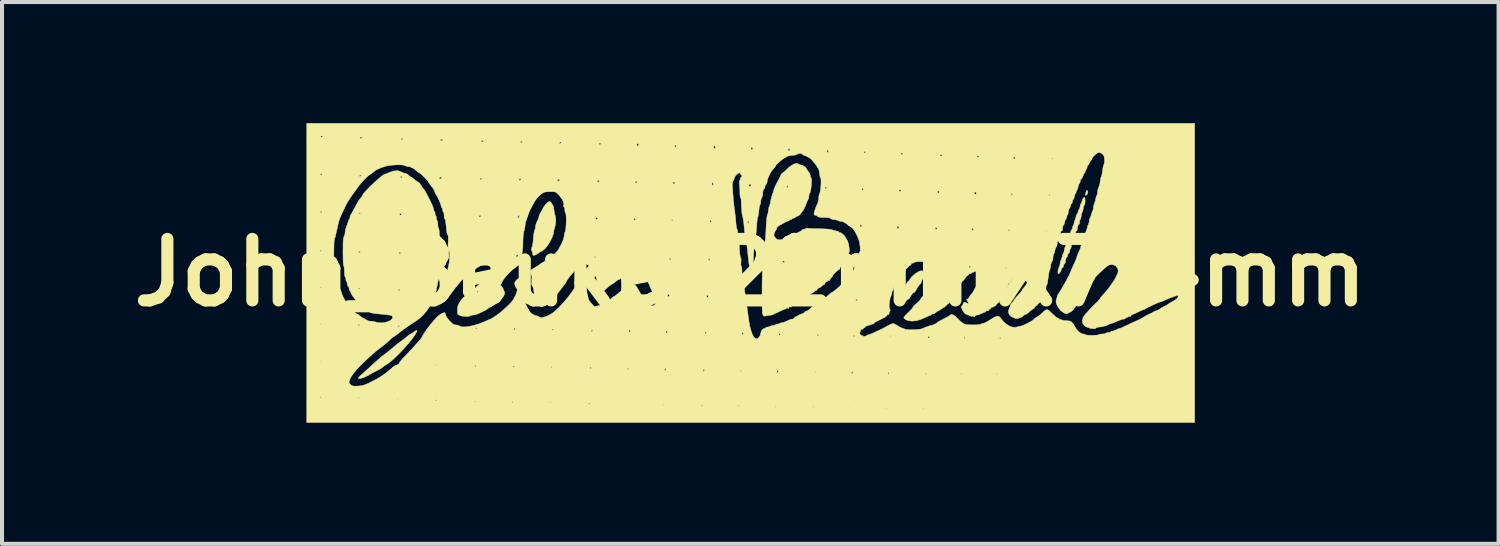
<source format=kicad_pcb>
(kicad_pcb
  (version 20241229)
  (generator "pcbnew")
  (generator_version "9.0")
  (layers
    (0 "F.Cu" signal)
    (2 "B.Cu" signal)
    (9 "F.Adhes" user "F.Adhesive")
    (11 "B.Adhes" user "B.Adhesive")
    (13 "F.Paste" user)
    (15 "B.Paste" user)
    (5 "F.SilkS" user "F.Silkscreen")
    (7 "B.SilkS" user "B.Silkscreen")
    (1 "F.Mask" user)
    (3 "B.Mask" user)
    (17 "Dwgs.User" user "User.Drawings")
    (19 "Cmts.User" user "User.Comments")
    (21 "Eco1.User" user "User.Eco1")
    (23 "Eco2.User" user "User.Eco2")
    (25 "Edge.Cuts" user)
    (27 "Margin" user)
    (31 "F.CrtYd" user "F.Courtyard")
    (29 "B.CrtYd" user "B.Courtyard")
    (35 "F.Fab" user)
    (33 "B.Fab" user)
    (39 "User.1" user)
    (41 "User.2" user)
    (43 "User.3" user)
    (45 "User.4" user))
  (footprint "John_Beuke_22mmX7.4mm"
    (layer "F.Cu")
    (at 15.538 3.703)
    (property "Reference" "John_Beuke_22mmX7.4mm" (at 0 0 0) (layer "F.SilkS") (effects (font (size 1.524 1.524) (thickness 0.3))))
    (attr through_hole)
    (fp_poly (pts (xy 8.36 -2.025) (xy 8.361 -1.992) (xy 8.351 -1.954) (xy 8.338 -1.93) (xy 8.316 -1.912) (xy 8.304 -1.915) (xy 8.302 -1.941) (xy 8.312 -1.98) (xy 8.327 -2.017) (xy 8.344 -2.038) (xy 8.347 -2.039) (xy 8.36 -2.025)) (stroke (width 0.01) (type solid)) (fill yes) (layer "F.SilkS"))
    (fp_poly (pts (xy -8.259 1.442) (xy -8.271 1.481) (xy -8.306 1.54) (xy -8.358 1.614) (xy -8.424 1.7) (xy -8.502 1.792) (xy -8.586 1.887) (xy -8.674 1.98) (xy -8.762 2.069) (xy -8.846 2.148) (xy -8.922 2.213) (xy -8.987 2.262) (xy -9.018 2.28) (xy -9.065 2.308) (xy -9.1 2.335) (xy -9.106 2.341) (xy -9.134 2.364) (xy -9.181 2.393) (xy -9.217 2.412) (xy -9.282 2.445) (xy -9.347 2.48) (xy -9.374 2.496) (xy -9.466 2.547) (xy -9.549 2.587) (xy -9.62 2.614) (xy -9.673 2.627) (xy -9.704 2.624) (xy -9.711 2.612) (xy -9.699 2.592) (xy -9.669 2.561) (xy -9.654 2.547) (xy -9.529 2.435) (xy -9.416 2.333) (xy -9.318 2.245) (xy -9.241 2.175) (xy -9.227 2.161) (xy -9.167 2.108) (xy -9.105 2.057) (xy -9.056 2.022) (xy -9.007 1.985) (xy -8.944 1.935) (xy -8.88 1.881) (xy -8.868 1.871) (xy -8.801 1.814) (xy -8.729 1.756) (xy -8.665 1.709) (xy -8.659 1.704) (xy -8.599 1.661) (xy -8.543 1.618) (xy -8.51 1.589) (xy -8.465 1.552) (xy -8.422 1.525) (xy -8.415 1.522) (xy -8.373 1.499) (xy -8.325 1.465) (xy -8.315 1.458) (xy -8.28 1.432) (xy -8.263 1.427) (xy -8.259 1.442)) (stroke (width 0.01) (type solid)) (fill yes) (layer "F.SilkS"))
    (fp_poly (pts (xy 4.278 -0.018) (xy 4.285 0.04) (xy 4.285 0.059) (xy 4.283 0.113) (xy 4.276 0.151) (xy 4.27 0.163) (xy 4.255 0.185) (xy 4.243 0.22) (xy 4.221 0.268) (xy 4.193 0.302) (xy 4.158 0.344) (xy 4.13 0.389) (xy 4.102 0.439) (xy 4.076 0.479) (xy 4.054 0.503) (xy 4.043 0.503) (xy 4.043 0.499) (xy 4.036 0.492) (xy 4.023 0.51) (xy 4.003 0.541) (xy 3.993 0.553) (xy 3.978 0.573) (xy 3.958 0.609) (xy 3.937 0.642) (xy 3.919 0.657) (xy 3.919 0.657) (xy 3.898 0.668) (xy 3.865 0.696) (xy 3.853 0.708) (xy 3.818 0.741) (xy 3.79 0.759) (xy 3.785 0.76) (xy 3.769 0.774) (xy 3.767 0.785) (xy 3.755 0.815) (xy 3.724 0.818) (xy 3.719 0.817) (xy 3.705 0.796) (xy 3.699 0.753) (xy 3.701 0.702) (xy 3.712 0.655) (xy 3.724 0.632) (xy 3.744 0.588) (xy 3.75 0.552) (xy 3.757 0.52) (xy 3.775 0.469) (xy 3.801 0.407) (xy 3.831 0.344) (xy 3.861 0.288) (xy 3.886 0.245) (xy 3.904 0.225) (xy 3.906 0.225) (xy 3.924 0.211) (xy 3.946 0.177) (xy 3.949 0.172) (xy 4.001 0.101) (xy 4.077 0.033) (xy 4.159 -0.019) (xy 4.219 -0.044) (xy 4.257 -0.045) (xy 4.278 -0.018)) (stroke (width 0.01) (type solid)) (fill yes) (layer "F.SilkS"))
    (fp_poly (pts (xy -4.942 -1.747) (xy -4.925 -1.721) (xy -4.907 -1.685) (xy -4.893 -1.669) (xy -4.882 -1.648) (xy -4.871 -1.602) (xy -4.864 -1.551) (xy -4.854 -1.488) (xy -4.843 -1.435) (xy -4.833 -1.409) (xy -4.822 -1.365) (xy -4.819 -1.301) (xy -4.823 -1.227) (xy -4.834 -1.158) (xy -4.848 -1.109) (xy -4.865 -1.054) (xy -4.873 -1.002) (xy -4.873 -0.999) (xy -4.883 -0.945) (xy -4.91 -0.873) (xy -4.949 -0.793) (xy -4.995 -0.713) (xy -5.044 -0.642) (xy -5.09 -0.59) (xy -5.094 -0.586) (xy -5.138 -0.55) (xy -5.174 -0.525) (xy -5.189 -0.518) (xy -5.215 -0.508) (xy -5.243 -0.487) (xy -5.284 -0.458) (xy -5.329 -0.435) (xy -5.365 -0.425) (xy -5.381 -0.427) (xy -5.39 -0.452) (xy -5.391 -0.47) (xy -5.4 -0.51) (xy -5.412 -0.536) (xy -5.424 -0.568) (xy -5.417 -0.606) (xy -5.41 -0.626) (xy -5.398 -0.668) (xy -5.386 -0.734) (xy -5.377 -0.812) (xy -5.375 -0.847) (xy -5.368 -0.923) (xy -5.358 -0.989) (xy -5.348 -1.036) (xy -5.343 -1.049) (xy -5.327 -1.095) (xy -5.322 -1.138) (xy -5.314 -1.189) (xy -5.294 -1.244) (xy -5.293 -1.247) (xy -5.263 -1.307) (xy -5.246 -1.345) (xy -5.238 -1.368) (xy -5.236 -1.386) (xy -5.236 -1.391) (xy -5.227 -1.422) (xy -5.205 -1.466) (xy -5.196 -1.482) (xy -5.166 -1.534) (xy -5.141 -1.583) (xy -5.137 -1.592) (xy -5.108 -1.642) (xy -5.068 -1.692) (xy -5.026 -1.734) (xy -4.988 -1.759) (xy -4.974 -1.762) (xy -4.942 -1.747)) (stroke (width 0.01) (type solid)) (fill yes) (layer "F.SilkS"))
    (fp_poly (pts (xy 8.288 -1.851) (xy 8.293 -1.813) (xy 8.293 -1.765) (xy 8.29 -1.718) (xy 8.283 -1.683) (xy 8.275 -1.673) (xy 8.262 -1.653) (xy 8.251 -1.612) (xy 8.247 -1.589) (xy 8.238 -1.537) (xy 8.225 -1.498) (xy 8.22 -1.49) (xy 8.208 -1.46) (xy 8.198 -1.411) (xy 8.197 -1.395) (xy 8.189 -1.349) (xy 8.178 -1.32) (xy 8.173 -1.316) (xy 8.161 -1.297) (xy 8.156 -1.257) (xy 8.156 -1.251) (xy 8.148 -1.203) (xy 8.13 -1.181) (xy 8.11 -1.156) (xy 8.104 -1.106) (xy 8.097 -1.054) (xy 8.078 -1.03) (xy 8.058 -1.005) (xy 8.052 -0.951) (xy 8.048 -0.903) (xy 8.034 -0.883) (xy 8.026 -0.881) (xy 8.009 -0.871) (xy 8.001 -0.836) (xy 8 -0.803) (xy 7.996 -0.751) (xy 7.984 -0.73) (xy 7.979 -0.73) (xy 7.962 -0.717) (xy 7.953 -0.673) (xy 7.952 -0.661) (xy 7.945 -0.616) (xy 7.934 -0.59) (xy 7.93 -0.587) (xy 7.918 -0.573) (xy 7.914 -0.537) (xy 7.905 -0.497) (xy 7.888 -0.478) (xy 7.868 -0.454) (xy 7.862 -0.426) (xy 7.852 -0.39) (xy 7.836 -0.374) (xy 7.816 -0.348) (xy 7.81 -0.296) (xy 7.803 -0.242) (xy 7.784 -0.218) (xy 7.764 -0.195) (xy 7.758 -0.165) (xy 7.749 -0.13) (xy 7.732 -0.121) (xy 7.711 -0.106) (xy 7.706 -0.082) (xy 7.696 -0.047) (xy 7.675 -0.007) (xy 7.649 0.024) (xy 7.63 0.035) (xy 7.623 0.019) (xy 7.62 -0.017) (xy 7.62 -0.022) (xy 7.629 -0.079) (xy 7.646 -0.127) (xy 7.665 -0.176) (xy 7.672 -0.219) (xy 7.68 -0.265) (xy 7.698 -0.311) (xy 7.718 -0.362) (xy 7.728 -0.407) (xy 7.739 -0.448) (xy 7.753 -0.47) (xy 7.769 -0.499) (xy 7.776 -0.542) (xy 7.784 -0.598) (xy 7.802 -0.646) (xy 7.82 -0.687) (xy 7.827 -0.717) (xy 7.827 -0.717) (xy 7.839 -0.745) (xy 7.853 -0.76) (xy 7.873 -0.793) (xy 7.88 -0.827) (xy 7.89 -0.876) (xy 7.906 -0.906) (xy 7.925 -0.95) (xy 7.931 -0.986) (xy 7.94 -1.029) (xy 7.957 -1.054) (xy 7.978 -1.088) (xy 7.983 -1.116) (xy 7.99 -1.151) (xy 8 -1.166) (xy 8.014 -1.19) (xy 8.018 -1.215) (xy 8.026 -1.257) (xy 8.043 -1.302) (xy 8.062 -1.35) (xy 8.069 -1.391) (xy 8.08 -1.432) (xy 8.095 -1.451) (xy 8.116 -1.485) (xy 8.121 -1.513) (xy 8.128 -1.546) (xy 8.139 -1.558) (xy 8.152 -1.577) (xy 8.165 -1.618) (xy 8.167 -1.633) (xy 8.178 -1.679) (xy 8.19 -1.709) (xy 8.193 -1.712) (xy 8.207 -1.735) (xy 8.218 -1.772) (xy 8.235 -1.825) (xy 8.26 -1.859) (xy 8.279 -1.866) (xy 8.288 -1.851)) (stroke (width 0.01) (type solid)) (fill yes) (layer "F.SilkS"))
    (fp_poly (pts (xy 1.182 -2.696) (xy 1.194 -2.688) (xy 1.24 -2.668) (xy 1.277 -2.661) (xy 1.306 -2.654) (xy 1.313 -2.644) (xy 1.327 -2.628) (xy 1.34 -2.626) (xy 1.367 -2.612) (xy 1.377 -2.596) (xy 1.395 -2.564) (xy 1.425 -2.521) (xy 1.437 -2.506) (xy 1.469 -2.456) (xy 1.485 -2.408) (xy 1.486 -2.398) (xy 1.492 -2.363) (xy 1.505 -2.35) (xy 1.513 -2.334) (xy 1.517 -2.293) (xy 1.516 -2.234) (xy 1.512 -2.166) (xy 1.505 -2.098) (xy 1.495 -2.037) (xy 1.485 -1.992) (xy 1.475 -1.974) (xy 1.458 -1.94) (xy 1.451 -1.894) (xy 1.447 -1.85) (xy 1.437 -1.822) (xy 1.436 -1.822) (xy 1.424 -1.799) (xy 1.403 -1.752) (xy 1.379 -1.692) (xy 1.373 -1.677) (xy 1.345 -1.61) (xy 1.316 -1.553) (xy 1.292 -1.516) (xy 1.289 -1.513) (xy 1.255 -1.474) (xy 1.234 -1.443) (xy 1.203 -1.413) (xy 1.179 -1.403) (xy 1.139 -1.387) (xy 1.122 -1.373) (xy 1.088 -1.351) (xy 1.069 -1.348) (xy 1.042 -1.34) (xy 1.037 -1.33) (xy 1.022 -1.316) (xy 1.002 -1.313) (xy 0.974 -1.306) (xy 0.968 -1.296) (xy 0.954 -1.281) (xy 0.942 -1.279) (xy 0.912 -1.271) (xy 0.868 -1.25) (xy 0.852 -1.241) (xy 0.791 -1.207) (xy 0.729 -1.173) (xy 0.721 -1.169) (xy 0.681 -1.141) (xy 0.659 -1.114) (xy 0.657 -1.106) (xy 0.645 -1.069) (xy 0.636 -1.058) (xy 0.617 -1.029) (xy 0.598 -0.984) (xy 0.596 -0.978) (xy 0.585 -0.936) (xy 0.591 -0.904) (xy 0.617 -0.866) (xy 0.648 -0.832) (xy 0.681 -0.817) (xy 0.732 -0.812) (xy 0.743 -0.812) (xy 0.794 -0.815) (xy 0.83 -0.824) (xy 0.838 -0.829) (xy 0.862 -0.843) (xy 0.89 -0.847) (xy 0.932 -0.855) (xy 0.983 -0.876) (xy 0.994 -0.881) (xy 1.038 -0.903) (xy 1.072 -0.915) (xy 1.078 -0.916) (xy 1.105 -0.928) (xy 1.133 -0.953) (xy 1.173 -0.986) (xy 1.222 -1.013) (xy 1.222 -1.013) (xy 1.26 -1.034) (xy 1.278 -1.053) (xy 1.279 -1.055) (xy 1.292 -1.069) (xy 1.3 -1.068) (xy 1.331 -1.073) (xy 1.361 -1.086) (xy 1.403 -1.1) (xy 1.43 -1.099) (xy 1.458 -1.095) (xy 1.513 -1.092) (xy 1.588 -1.089) (xy 1.676 -1.087) (xy 1.711 -1.087) (xy 1.827 -1.083) (xy 1.922 -1.077) (xy 1.991 -1.068) (xy 2.022 -1.06) (xy 2.077 -1.043) (xy 2.129 -1.032) (xy 2.131 -1.032) (xy 2.171 -1.02) (xy 2.194 -1.003) (xy 2.215 -0.989) (xy 2.224 -0.991) (xy 2.244 -0.985) (xy 2.277 -0.963) (xy 2.312 -0.932) (xy 2.34 -0.901) (xy 2.35 -0.88) (xy 2.361 -0.857) (xy 2.372 -0.844) (xy 2.411 -0.781) (xy 2.438 -0.687) (xy 2.449 -0.608) (xy 2.453 -0.546) (xy 2.45 -0.508) (xy 2.44 -0.488) (xy 2.43 -0.481) (xy 2.407 -0.452) (xy 2.402 -0.427) (xy 2.393 -0.387) (xy 2.371 -0.339) (xy 2.367 -0.332) (xy 2.345 -0.291) (xy 2.333 -0.261) (xy 2.333 -0.258) (xy 2.321 -0.236) (xy 2.291 -0.204) (xy 2.283 -0.198) (xy 2.246 -0.158) (xy 2.223 -0.117) (xy 2.222 -0.112) (xy 2.209 -0.082) (xy 2.197 -0.074) (xy 2.178 -0.065) (xy 2.145 -0.038) (xy 2.106 -0.001) (xy 2.07 0.036) (xy 2.045 0.068) (xy 2.039 0.081) (xy 2.027 0.104) (xy 2.004 0.13) (xy 1.978 0.161) (xy 1.97 0.184) (xy 1.958 0.198) (xy 1.944 0.196) (xy 1.922 0.197) (xy 1.918 0.205) (xy 1.904 0.222) (xy 1.89 0.225) (xy 1.864 0.239) (xy 1.854 0.259) (xy 1.841 0.287) (xy 1.83 0.294) (xy 1.809 0.304) (xy 1.776 0.331) (xy 1.769 0.337) (xy 1.733 0.366) (xy 1.703 0.38) (xy 1.7 0.38) (xy 1.675 0.394) (xy 1.658 0.416) (xy 1.64 0.441) (xy 1.63 0.444) (xy 1.614 0.449) (xy 1.583 0.472) (xy 1.577 0.477) (xy 1.542 0.505) (xy 1.515 0.518) (xy 1.513 0.518) (xy 1.491 0.53) (xy 1.454 0.559) (xy 1.417 0.592) (xy 1.368 0.633) (xy 1.327 0.657) (xy 1.309 0.66) (xy 1.283 0.667) (xy 1.279 0.682) (xy 1.269 0.702) (xy 1.244 0.7) (xy 1.217 0.698) (xy 1.21 0.705) (xy 1.195 0.723) (xy 1.16 0.745) (xy 1.149 0.75) (xy 1.11 0.773) (xy 1.09 0.793) (xy 1.089 0.797) (xy 1.075 0.807) (xy 1.054 0.803) (xy 1.027 0.802) (xy 1.02 0.826) (xy 1.019 0.83) (xy 1.016 0.856) (xy 1 0.852) (xy 0.995 0.848) (xy 0.974 0.839) (xy 0.961 0.859) (xy 0.959 0.864) (xy 0.946 0.889) (xy 0.926 0.883) (xy 0.923 0.88) (xy 0.903 0.869) (xy 0.899 0.879) (xy 0.885 0.897) (xy 0.875 0.899) (xy 0.849 0.906) (xy 0.802 0.926) (xy 0.743 0.954) (xy 0.733 0.959) (xy 0.674 0.988) (xy 0.624 1.009) (xy 0.595 1.019) (xy 0.593 1.019) (xy 0.572 1.029) (xy 0.57 1.034) (xy 0.555 1.044) (xy 0.515 1.054) (xy 0.479 1.059) (xy 0.423 1.066) (xy 0.378 1.074) (xy 0.363 1.079) (xy 0.334 1.074) (xy 0.314 1.052) (xy 0.307 1.038) (xy 0.302 1.016) (xy 0.298 0.984) (xy 0.295 0.938) (xy 0.292 0.875) (xy 0.291 0.792) (xy 0.29 0.687) (xy 0.29 0.636) (xy 0.751 0.636) (xy 0.761 0.659) (xy 0.778 0.665) (xy 0.779 0.664) (xy 0.794 0.64) (xy 0.795 0.63) (xy 0.784 0.607) (xy 0.76 0.611) (xy 0.756 0.615) (xy 0.751 0.636) (xy 0.29 0.636) (xy 0.29 0.555) (xy 0.291 0.394) (xy 0.292 0.251) (xy 0.294 0.128) (xy 0.297 -0.002) (xy 0.302 -0.135) (xy 0.307 -0.234) (xy 1.749 -0.234) (xy 1.762 -0.217) (xy 1.783 -0.222) (xy 1.785 -0.223) (xy 1.794 -0.247) (xy 1.785 -0.261) (xy 1.764 -0.27) (xy 1.755 -0.261) (xy 1.749 -0.234) (xy 0.307 -0.234) (xy 0.309 -0.266) (xy 0.309 -0.268) (xy 0.799 -0.268) (xy 0.816 -0.247) (xy 0.83 -0.242) (xy 0.846 -0.255) (xy 0.847 -0.258) (xy 0.835 -0.28) (xy 0.813 -0.291) (xy 0.801 -0.288) (xy 0.799 -0.268) (xy 0.309 -0.268) (xy 0.317 -0.391) (xy 0.325 -0.504) (xy 0.333 -0.599) (xy 0.342 -0.674) (xy 0.35 -0.721) (xy 0.355 -0.735) (xy 0.365 -0.769) (xy 0.374 -0.835) (xy 0.381 -0.931) (xy 0.388 -1.056) (xy 0.389 -1.081) (xy 0.396 -1.222) (xy 0.405 -1.329) (xy 0.415 -1.401) (xy 0.426 -1.438) (xy 0.442 -1.487) (xy 0.45 -1.546) (xy 0.45 -1.55) (xy 0.457 -1.606) (xy 0.473 -1.655) (xy 0.475 -1.659) (xy 0.494 -1.707) (xy 0.5 -1.744) (xy 0.505 -1.784) (xy 0.518 -1.841) (xy 0.542 -1.92) (xy 0.556 -1.961) (xy 0.574 -2.018) (xy 0.586 -2.065) (xy 0.601 -2.103) (xy 0.616 -2.135) (xy 0.899 -2.135) (xy 0.908 -2.111) (xy 0.916 -2.108) (xy 0.933 -2.12) (xy 0.933 -2.124) (xy 0.921 -2.148) (xy 0.916 -2.151) (xy 0.901 -2.147) (xy 0.899 -2.135) (xy 0.616 -2.135) (xy 0.627 -2.161) (xy 0.662 -2.229) (xy 0.68 -2.261) (xy 0.715 -2.326) (xy 0.742 -2.38) (xy 0.758 -2.416) (xy 0.76 -2.425) (xy 0.774 -2.446) (xy 0.807 -2.476) (xy 0.822 -2.487) (xy 0.873 -2.527) (xy 0.918 -2.571) (xy 0.924 -2.577) (xy 0.956 -2.61) (xy 0.981 -2.626) (xy 0.984 -2.626) (xy 1.001 -2.636) (xy 1.002 -2.64) (xy 1.017 -2.654) (xy 1.053 -2.674) (xy 1.075 -2.684) (xy 1.122 -2.703) (xy 1.153 -2.706) (xy 1.182 -2.696)) (stroke (width 0.01) (type solid)) (fill yes) (layer "F.SilkS"))
    (fp_poly (pts (xy 11.007 3.715) (xy -10.989 3.715) (xy -10.989 3.361) (xy 3.352 3.361) (xy 3.361 3.369) (xy 3.369 3.361) (xy 4.268 3.361) (xy 4.277 3.369) (xy 4.285 3.361) (xy 4.277 3.352) (xy 4.268 3.361) (xy 3.369 3.361) (xy 3.361 3.352) (xy 3.352 3.361) (xy -10.989 3.361) (xy -10.989 3.301) (xy -1.21 3.301) (xy -1.199 3.312) (xy -1.196 3.31) (xy -0.292 3.31) (xy -0.288 3.329) (xy -0.286 3.326) (xy 0.622 3.326) (xy 0.631 3.335) (xy 1.555 3.335) (xy 1.561 3.349) (xy 1.567 3.346) (xy 1.567 3.343) (xy 2.454 3.343) (xy 2.462 3.352) (xy 2.471 3.343) (xy 2.462 3.335) (xy 2.454 3.343) (xy 1.567 3.343) (xy 1.569 3.326) (xy 1.567 3.323) (xy 1.556 3.326) (xy 1.555 3.335) (xy 0.631 3.335) (xy 0.639 3.326) (xy 0.631 3.318) (xy 0.622 3.326) (xy -0.286 3.326) (xy -0.282 3.321) (xy -0.28 3.294) (xy -0.283 3.288) (xy -0.291 3.293) (xy -0.292 3.31) (xy -1.196 3.31) (xy -1.192 3.309) (xy -1.176 3.293) (xy -1.175 3.291) (xy -1.188 3.283) (xy -1.192 3.283) (xy -1.209 3.296) (xy -1.21 3.301) (xy -10.989 3.301) (xy -10.989 3.283) (xy -2.16 3.283) (xy -2.154 3.297) (xy -2.148 3.295) (xy -2.146 3.274) (xy -2.148 3.271) (xy -2.159 3.274) (xy -2.16 3.283) (xy -10.989 3.283) (xy -10.989 3.248) (xy -4.009 3.248) (xy -3.996 3.265) (xy -3.991 3.266) (xy -3.076 3.266) (xy -3.069 3.28) (xy -3.064 3.277) (xy -3.062 3.257) (xy -3.064 3.254) (xy -3.074 3.257) (xy -3.076 3.266) (xy -3.991 3.266) (xy -3.975 3.253) (xy -3.974 3.248) (xy -3.987 3.232) (xy -3.991 3.231) (xy -4.008 3.244) (xy -4.009 3.248) (xy -10.989 3.248) (xy -10.989 3.215) (xy -5.909 3.215) (xy -5.899 3.225) (xy -5.892 3.223) (xy -5.889 3.22) (xy -4.971 3.22) (xy -4.968 3.23) (xy -4.959 3.231) (xy -4.945 3.225) (xy -4.948 3.22) (xy -4.968 3.218) (xy -4.971 3.22) (xy -5.889 3.22) (xy -5.876 3.207) (xy -5.875 3.204) (xy -5.888 3.197) (xy -5.892 3.197) (xy -5.909 3.21) (xy -5.909 3.215) (xy -10.989 3.215) (xy -10.989 3.197) (xy -6.825 3.197) (xy -6.819 3.211) (xy -6.814 3.208) (xy -6.812 3.188) (xy -6.814 3.185) (xy -6.824 3.187) (xy -6.825 3.197) (xy -10.989 3.197) (xy -10.989 3.171) (xy -7.809 3.171) (xy -7.796 3.179) (xy -7.793 3.179) (xy -7.776 3.166) (xy -7.776 3.161) (xy -7.786 3.151) (xy -7.793 3.153) (xy -7.809 3.171) (xy -10.989 3.171) (xy -10.989 3.153) (xy -8.743 3.153) (xy -8.734 3.162) (xy -8.726 3.153) (xy -8.734 3.145) (xy -8.743 3.153) (xy -10.989 3.153) (xy -10.989 3.11) (xy -9.711 3.11) (xy -9.704 3.124) (xy -9.699 3.122) (xy -9.697 3.101) (xy -9.699 3.099) (xy -9.71 3.101) (xy -9.711 3.11) (xy -10.989 3.11) (xy -10.989 3.094) (xy -10.661 3.094) (xy -10.651 3.104) (xy -10.644 3.102) (xy -10.627 3.086) (xy -10.627 3.083) (xy -10.64 3.076) (xy -10.644 3.076) (xy -10.66 3.089) (xy -10.661 3.094) (xy -10.989 3.094) (xy -10.989 2.238) (xy -9.711 2.238) (xy -9.702 2.246) (xy -9.693 2.238) (xy -9.702 2.229) (xy -9.711 2.238) (xy -10.989 2.238) (xy -10.989 2.2) (xy -10.655 2.2) (xy -10.653 2.21) (xy -10.644 2.212) (xy -10.63 2.205) (xy -10.632 2.2) (xy -10.653 2.198) (xy -10.655 2.2) (xy -10.989 2.2) (xy -10.989 1.33) (xy -8.726 1.33) (xy -8.713 1.347) (xy -8.709 1.348) (xy -8.692 1.335) (xy -8.691 1.33) (xy -8.704 1.314) (xy -8.709 1.313) (xy -8.725 1.326) (xy -8.726 1.33) (xy -10.989 1.33) (xy -10.989 1.306) (xy -9.711 1.306) (xy -9.702 1.323) (xy -9.693 1.322) (xy -9.683 1.301) (xy -9.686 1.295) (xy -9.702 1.279) (xy -9.71 1.297) (xy -9.711 1.306) (xy -10.989 1.306) (xy -10.989 1.267) (xy -10.655 1.267) (xy -10.653 1.277) (xy -10.644 1.279) (xy -10.63 1.272) (xy -10.632 1.267) (xy -10.653 1.265) (xy -10.655 1.267) (xy -10.989 1.267) (xy -10.989 0.372) (xy -10.66 0.372) (xy -10.647 0.38) (xy -10.644 0.38) (xy -10.627 0.367) (xy -10.627 0.362) (xy -10.637 0.352) (xy -10.644 0.354) (xy -10.66 0.372) (xy -10.989 0.372) (xy -10.989 -0.501) (xy -10.317 -0.501) (xy -10.317 -0.405) (xy -10.315 -0.315) (xy -10.312 -0.239) (xy -10.307 -0.183) (xy -10.301 -0.152) (xy -10.299 -0.15) (xy -10.288 -0.122) (xy -10.282 -0.075) (xy -10.281 -0.054) (xy -10.28 -0.013) (xy -10.276 0.024) (xy -10.267 0.067) (xy -10.251 0.125) (xy -10.226 0.205) (xy -10.222 0.218) (xy -10.207 0.272) (xy -10.197 0.313) (xy -10.195 0.327) (xy -10.187 0.354) (xy -10.17 0.398) (xy -10.16 0.419) (xy -10.139 0.466) (xy -10.127 0.5) (xy -10.125 0.508) (xy -10.117 0.537) (xy -10.096 0.584) (xy -10.067 0.64) (xy -10.037 0.693) (xy -10.01 0.734) (xy -10 0.746) (xy -9.977 0.776) (xy -9.97 0.795) (xy -9.958 0.817) (xy -9.927 0.856) (xy -9.883 0.903) (xy -9.835 0.951) (xy -9.788 0.994) (xy -9.75 1.025) (xy -9.727 1.037) (xy -9.697 1.049) (xy -9.661 1.077) (xy -9.659 1.08) (xy -9.628 1.109) (xy -9.605 1.123) (xy -9.604 1.123) (xy -9.582 1.132) (xy -9.542 1.153) (xy -9.518 1.168) (xy -9.45 1.201) (xy -9.402 1.204) (xy -9.355 1.205) (xy -9.302 1.218) (xy -9.298 1.22) (xy -9.222 1.24) (xy -9.137 1.244) (xy -9.05 1.235) (xy -8.971 1.212) (xy -8.908 1.18) (xy -8.87 1.138) (xy -8.869 1.135) (xy -8.859 1.105) (xy -8.865 1.083) (xy -8.89 1.066) (xy -8.938 1.054) (xy -9.015 1.043) (xy -9.073 1.037) (xy -9.192 1.025) (xy -9.281 1.015) (xy -9.345 1.007) (xy -9.387 0.999) (xy -9.412 0.99) (xy -9.425 0.98) (xy -9.429 0.974) (xy -9.449 0.953) (xy -9.459 0.95) (xy -9.508 0.937) (xy -9.571 0.899) (xy -9.642 0.84) (xy -9.685 0.797) (xy -9.73 0.749) (xy -9.763 0.709) (xy -9.779 0.685) (xy -9.78 0.683) (xy -9.792 0.659) (xy -9.818 0.624) (xy -9.82 0.622) (xy -9.867 0.559) (xy -9.895 0.504) (xy -9.901 0.475) (xy -9.91 0.452) (xy -9.918 0.449) (xy -9.931 0.435) (xy -9.932 0.432) (xy -8.726 0.432) (xy -8.713 0.449) (xy -8.71 0.449) (xy -8.686 0.437) (xy -8.683 0.432) (xy -8.687 0.417) (xy -8.699 0.415) (xy -8.723 0.424) (xy -8.726 0.432) (xy -9.932 0.432) (xy -9.935 0.408) (xy -9.938 0.397) (xy -9.711 0.397) (xy -9.698 0.414) (xy -9.693 0.415) (xy -9.677 0.402) (xy -9.676 0.397) (xy -9.689 0.381) (xy -9.693 0.38) (xy -9.71 0.393) (xy -9.711 0.397) (xy -9.938 0.397) (xy -9.946 0.367) (xy -9.961 0.346) (xy -9.981 0.313) (xy -9.987 0.275) (xy -9.993 0.236) (xy -10.004 0.216) (xy -10.017 0.193) (xy -10.022 0.154) (xy -10.027 0.119) (xy -10.039 0.104) (xy -10.048 0.088) (xy -10.054 0.044) (xy -10.056 -0.02) (xy -10.056 -0.025) (xy -10.058 -0.088) (xy -10.064 -0.138) (xy -10.072 -0.163) (xy -10.074 -0.164) (xy -10.08 -0.185) (xy -10.085 -0.237) (xy -10.088 -0.317) (xy -10.09 -0.423) (xy -10.091 -0.484) (xy -8.709 -0.484) (xy -8.695 -0.468) (xy -8.683 -0.467) (xy -8.66 -0.476) (xy -8.657 -0.484) (xy -8.671 -0.499) (xy -8.683 -0.501) (xy -8.706 -0.492) (xy -8.709 -0.484) (xy -10.091 -0.484) (xy -10.091 -0.502) (xy -9.708 -0.502) (xy -9.703 -0.486) (xy -9.692 -0.487) (xy -9.666 -0.509) (xy -9.662 -0.517) (xy -9.667 -0.533) (xy -9.677 -0.532) (xy -9.703 -0.511) (xy -9.708 -0.502) (xy -10.091 -0.502) (xy -10.091 -0.516) (xy -10.09 -0.639) (xy -10.089 -0.732) (xy -10.086 -0.799) (xy -10.081 -0.846) (xy -10.074 -0.875) (xy -10.066 -0.891) (xy -10.048 -0.931) (xy -10.04 -0.983) (xy -10.04 -0.989) (xy -10.035 -1.041) (xy -10.025 -1.081) (xy -10.023 -1.084) (xy -10.01 -1.117) (xy -9.992 -1.17) (xy -9.978 -1.214) (xy -9.96 -1.268) (xy -9.944 -1.308) (xy -9.934 -1.323) (xy -9.921 -1.346) (xy -9.918 -1.371) (xy -9.912 -1.409) (xy -9.902 -1.426) (xy -9.892 -1.441) (xy -8.691 -1.441) (xy -8.681 -1.422) (xy -8.66 -1.425) (xy -8.643 -1.448) (xy -8.651 -1.466) (xy -8.664 -1.469) (xy -8.688 -1.455) (xy -8.691 -1.441) (xy -9.892 -1.441) (xy -9.885 -1.451) (xy -9.875 -1.469) (xy -9.693 -1.469) (xy -9.68 -1.452) (xy -9.676 -1.451) (xy -9.659 -1.465) (xy -9.659 -1.469) (xy -9.672 -1.485) (xy -9.676 -1.486) (xy -9.693 -1.473) (xy -9.693 -1.469) (xy -9.875 -1.469) (xy -9.855 -1.504) (xy -9.81 -1.585) (xy -9.751 -1.697) (xy -9.735 -1.728) (xy -9.704 -1.781) (xy -9.673 -1.825) (xy -9.66 -1.839) (xy -9.629 -1.877) (xy -9.607 -1.919) (xy -9.585 -1.954) (xy -9.542 -2.004) (xy -9.485 -2.066) (xy -9.417 -2.135) (xy -9.343 -2.206) (xy -9.269 -2.274) (xy -9.198 -2.336) (xy -9.155 -2.372) (xy -8.67 -2.372) (xy -8.662 -2.353) (xy -8.648 -2.35) (xy -8.626 -2.358) (xy -8.625 -2.367) (xy -8.643 -2.387) (xy -8.664 -2.382) (xy -8.67 -2.372) (xy -9.155 -2.372) (xy -9.136 -2.387) (xy -9.088 -2.422) (xy -9.058 -2.436) (xy -9.056 -2.436) (xy -9.028 -2.444) (xy -8.985 -2.462) (xy -8.971 -2.469) (xy -8.901 -2.497) (xy -8.825 -2.517) (xy -8.758 -2.525) (xy -8.734 -2.524) (xy -8.697 -2.514) (xy -8.647 -2.494) (xy -8.632 -2.486) (xy -8.582 -2.466) (xy -8.541 -2.454) (xy -8.532 -2.454) (xy -8.5 -2.441) (xy -8.464 -2.412) (xy -8.463 -2.41) (xy -8.432 -2.381) (xy -8.405 -2.367) (xy -8.404 -2.367) (xy -8.38 -2.356) (xy -8.344 -2.327) (xy -8.331 -2.316) (xy -8.287 -2.278) (xy -8.243 -2.25) (xy -8.235 -2.247) (xy -8.195 -2.219) (xy -8.173 -2.187) (xy -8.151 -2.145) (xy -8.117 -2.099) (xy -8.111 -2.092) (xy -8.075 -2.047) (xy -8.045 -2.002) (xy -8.043 -1.997) (xy -8.017 -1.948) (xy -7.995 -1.906) (xy -7.938 -1.795) (xy -7.893 -1.7) (xy -7.862 -1.626) (xy -7.846 -1.576) (xy -7.845 -1.563) (xy -7.839 -1.531) (xy -7.827 -1.521) (xy -7.815 -1.506) (xy -7.81 -1.47) (xy -7.805 -1.43) (xy -7.793 -1.408) (xy -7.78 -1.385) (xy -7.776 -1.348) (xy -7.77 -1.308) (xy -7.758 -1.287) (xy -7.748 -1.265) (xy -7.742 -1.221) (xy -7.741 -1.192) (xy -7.738 -1.141) (xy -7.729 -1.105) (xy -7.724 -1.097) (xy -7.714 -1.075) (xy -7.708 -1.03) (xy -7.706 -0.985) (xy -7.703 -0.927) (xy -7.695 -0.885) (xy -7.687 -0.871) (xy -7.678 -0.852) (xy -7.674 -0.805) (xy -7.676 -0.73) (xy -7.679 -0.685) (xy -7.686 -0.603) (xy -7.694 -0.548) (xy -7.704 -0.514) (xy -7.718 -0.493) (xy -7.725 -0.488) (xy -7.754 -0.46) (xy -7.753 -0.439) (xy -7.724 -0.432) (xy -7.71 -0.43) (xy -7.7 -0.421) (xy -7.694 -0.4) (xy -7.691 -0.36) (xy -7.689 -0.297) (xy -7.689 -0.206) (xy -7.689 -0.194) (xy -7.691 -0.101) (xy -7.694 -0.016) (xy -7.7 0.054) (xy -7.707 0.099) (xy -7.708 0.104) (xy -7.724 0.161) (xy -7.739 0.227) (xy -7.742 0.242) (xy -7.761 0.34) (xy -7.776 0.413) (xy -7.788 0.468) (xy -7.801 0.513) (xy -7.816 0.559) (xy -7.817 0.561) (xy -7.836 0.613) (xy -7.853 0.653) (xy -7.86 0.665) (xy -7.875 0.692) (xy -7.894 0.735) (xy -7.897 0.743) (xy -7.947 0.843) (xy -8.016 0.946) (xy -8.097 1.044) (xy -8.182 1.127) (xy -8.259 1.183) (xy -8.312 1.216) (xy -8.384 1.264) (xy -8.466 1.32) (xy -8.547 1.377) (xy -8.62 1.43) (xy -8.675 1.472) (xy -8.683 1.478) (xy -8.741 1.523) (xy -8.799 1.566) (xy -8.834 1.588) (xy -8.877 1.617) (xy -8.907 1.642) (xy -8.911 1.648) (xy -8.932 1.67) (xy -8.973 1.708) (xy -9.027 1.754) (xy -9.086 1.802) (xy -9.144 1.847) (xy -9.192 1.883) (xy -9.194 1.884) (xy -9.231 1.913) (xy -9.287 1.96) (xy -9.356 2.02) (xy -9.432 2.087) (xy -9.509 2.158) (xy -9.581 2.225) (xy -9.642 2.284) (xy -9.658 2.3) (xy -9.751 2.4) (xy -9.828 2.494) (xy -9.887 2.579) (xy -9.925 2.652) (xy -9.94 2.708) (xy -9.931 2.745) (xy -9.899 2.781) (xy -9.866 2.802) (xy -9.823 2.812) (xy -9.758 2.813) (xy -9.728 2.811) (xy -9.652 2.805) (xy -9.586 2.791) (xy -9.517 2.765) (xy -9.46 2.74) (xy -9.3 2.66) (xy -9.164 2.582) (xy -9.041 2.498) (xy -8.934 2.412) (xy -2.125 2.412) (xy -2.117 2.43) (xy -2.108 2.428) (xy -2.106 2.424) (xy -1.17 2.424) (xy -1.167 2.435) (xy -1.15 2.453) (xy -1.142 2.437) (xy -1.142 2.436) (xy -0.239 2.436) (xy -0.236 2.461) (xy -0.23 2.458) (xy -0.23 2.455) (xy 0.657 2.455) (xy 0.663 2.479) (xy 0.674 2.48) (xy 0.684 2.464) (xy 1.608 2.464) (xy 1.613 2.482) (xy 1.615 2.48) (xy 2.505 2.48) (xy 2.515 2.503) (xy 2.523 2.505) (xy 2.538 2.491) (xy 2.539 2.489) (xy 3.408 2.489) (xy 3.414 2.508) (xy 3.427 2.521) (xy 3.435 2.508) (xy 3.435 2.505) (xy 4.337 2.505) (xy 4.35 2.522) (xy 4.355 2.523) (xy 4.366 2.512) (xy 4.363 2.505) (xy 5.218 2.505) (xy 5.225 2.52) (xy 5.23 2.517) (xy 5.23 2.514) (xy 6.099 2.514) (xy 6.108 2.523) (xy 6.117 2.514) (xy 6.108 2.505) (xy 6.099 2.514) (xy 5.23 2.514) (xy 5.232 2.496) (xy 5.23 2.494) (xy 5.219 2.496) (xy 5.218 2.505) (xy 4.363 2.505) (xy 4.347 2.489) (xy 4.345 2.488) (xy 4.337 2.502) (xy 4.337 2.505) (xy 3.435 2.505) (xy 3.435 2.481) (xy 3.432 2.476) (xy 3.415 2.472) (xy 3.408 2.489) (xy 2.539 2.489) (xy 2.54 2.48) (xy 2.531 2.457) (xy 2.523 2.454) (xy 2.507 2.468) (xy 2.505 2.48) (xy 1.615 2.48) (xy 1.619 2.474) (xy 1.621 2.447) (xy 1.617 2.441) (xy 1.61 2.446) (xy 1.608 2.464) (xy 0.684 2.464) (xy 0.69 2.455) (xy 0.691 2.444) (xy 0.681 2.422) (xy 0.674 2.419) (xy 0.66 2.434) (xy 0.657 2.455) (xy -0.23 2.455) (xy -0.228 2.423) (xy -0.23 2.415) (xy -0.237 2.413) (xy -0.239 2.436) (xy -1.142 2.436) (xy -1.14 2.416) (xy -1.145 2.391) (xy -1.159 2.396) (xy -1.16 2.397) (xy -1.17 2.424) (xy -2.106 2.424) (xy -2.092 2.403) (xy -2.091 2.391) (xy -2.099 2.374) (xy -2.108 2.376) (xy -2.124 2.401) (xy -2.125 2.412) (xy -8.934 2.412) (xy -8.92 2.402) (xy -8.904 2.387) (xy -3.048 2.387) (xy -3.048 2.405) (xy -3.032 2.411) (xy -3.023 2.4) (xy -3.014 2.376) (xy -3.015 2.37) (xy -3.033 2.37) (xy -3.048 2.387) (xy -8.904 2.387) (xy -8.875 2.362) (xy -3.973 2.362) (xy -3.968 2.381) (xy -3.957 2.384) (xy -3.942 2.37) (xy -3.94 2.358) (xy -3.948 2.34) (xy -3.957 2.341) (xy -3.973 2.362) (xy -8.875 2.362) (xy -8.863 2.351) (xy -4.942 2.351) (xy -4.931 2.361) (xy -4.924 2.359) (xy -4.908 2.343) (xy -4.907 2.34) (xy -4.921 2.333) (xy -4.924 2.333) (xy -4.941 2.346) (xy -4.942 2.351) (xy -8.863 2.351) (xy -8.849 2.339) (xy -8.814 2.315) (xy -6.825 2.315) (xy -6.812 2.332) (xy -6.808 2.333) (xy -5.883 2.333) (xy -5.883 2.349) (xy -5.877 2.35) (xy -5.852 2.337) (xy -5.849 2.333) (xy -5.85 2.317) (xy -5.856 2.315) (xy -5.88 2.328) (xy -5.883 2.333) (xy -6.808 2.333) (xy -6.791 2.32) (xy -6.791 2.315) (xy -6.804 2.299) (xy -6.808 2.298) (xy -6.825 2.311) (xy -6.825 2.315) (xy -8.814 2.315) (xy -8.803 2.308) (xy -8.759 2.292) (xy -8.755 2.289) (xy -7.793 2.289) (xy -7.784 2.298) (xy -7.776 2.289) (xy -7.784 2.281) (xy -7.793 2.289) (xy -8.755 2.289) (xy -8.715 2.269) (xy -8.699 2.243) (xy -8.682 2.216) (xy -8.646 2.17) (xy -8.596 2.113) (xy -8.537 2.05) (xy -8.534 2.048) (xy -8.466 1.977) (xy -8.393 1.899) (xy -8.32 1.82) (xy -8.254 1.745) (xy -8.198 1.682) (xy -8.161 1.637) (xy -8.156 1.631) (xy -8.139 1.604) (xy -8.116 1.562) (xy -8.112 1.553) (xy -8.064 1.475) (xy -8.042 1.444) (xy -3.94 1.444) (xy -3.931 1.462) (xy -3.922 1.46) (xy -3.917 1.452) (xy -3.007 1.452) (xy -3 1.476) (xy -2.989 1.477) (xy -2.981 1.465) (xy -2.088 1.465) (xy -2.088 1.491) (xy -2.073 1.503) (xy -2.065 1.495) (xy -1.123 1.495) (xy -1.114 1.518) (xy -1.106 1.521) (xy -1.096 1.512) (xy -0.207 1.512) (xy -0.198 1.535) (xy -0.19 1.538) (xy -0.175 1.524) (xy -0.173 1.512) (xy -0.182 1.489) (xy -0.19 1.486) (xy -0.205 1.5) (xy -0.207 1.512) (xy -1.096 1.512) (xy -1.091 1.507) (xy -1.089 1.495) (xy -1.098 1.472) (xy -1.106 1.469) (xy -1.121 1.483) (xy -1.123 1.495) (xy -2.065 1.495) (xy -2.06 1.489) (xy -2.056 1.468) (xy -2.063 1.444) (xy -2.073 1.443) (xy -2.088 1.465) (xy -2.981 1.465) (xy -2.973 1.452) (xy -2.972 1.442) (xy -2.982 1.419) (xy -2.989 1.417) (xy -3.003 1.431) (xy -3.007 1.452) (xy -3.917 1.452) (xy -3.906 1.438) (xy -3.905 1.433) (xy -3.918 1.417) (xy -3.922 1.417) (xy -3.937 1.431) (xy -3.94 1.444) (xy -8.042 1.444) (xy -8.018 1.41) (xy -5.858 1.41) (xy -5.849 1.427) (xy -5.84 1.426) (xy -5.835 1.417) (xy -4.916 1.417) (xy -4.915 1.433) (xy -4.909 1.434) (xy -4.885 1.422) (xy -4.881 1.417) (xy -4.882 1.401) (xy -4.888 1.4) (xy -4.912 1.412) (xy -4.916 1.417) (xy -5.835 1.417) (xy -5.825 1.401) (xy -5.823 1.389) (xy -5.832 1.372) (xy -5.84 1.374) (xy -5.856 1.399) (xy -5.858 1.41) (xy -8.018 1.41) (xy -7.997 1.38) (xy -6.804 1.38) (xy -6.801 1.398) (xy -6.793 1.397) (xy -6.774 1.382) (xy -6.773 1.378) (xy -6.782 1.361) (xy -6.799 1.369) (xy -6.804 1.38) (xy -7.997 1.38) (xy -7.996 1.379) (xy -7.976 1.354) (xy -7.77 1.354) (xy -7.767 1.364) (xy -7.758 1.365) (xy -7.744 1.359) (xy -7.747 1.354) (xy -7.767 1.351) (xy -7.77 1.354) (xy -7.976 1.354) (xy -7.912 1.272) (xy -7.816 1.161) (xy -7.753 1.092) (xy -7.715 1.059) (xy -7.667 1.028) (xy -7.62 1.004) (xy -7.583 0.991) (xy -7.57 0.993) (xy -7.557 1.014) (xy -7.545 1.054) (xy -7.545 1.054) (xy -7.527 1.095) (xy -7.49 1.149) (xy -7.445 1.202) (xy -7.396 1.251) (xy -7.359 1.28) (xy -7.326 1.293) (xy -7.291 1.296) (xy -7.239 1.303) (xy -7.205 1.322) (xy -7.204 1.323) (xy -7.169 1.341) (xy -7.108 1.347) (xy -7.026 1.341) (xy -6.93 1.326) (xy -6.826 1.301) (xy -6.719 1.269) (xy -6.615 1.229) (xy -6.573 1.21) (xy -6.516 1.184) (xy -6.472 1.165) (xy -6.45 1.158) (xy -6.449 1.158) (xy -6.43 1.149) (xy -6.389 1.125) (xy -6.336 1.091) (xy -6.319 1.08) (xy -6.228 1.015) (xy -6.131 0.936) (xy -6.022 0.836) (xy -5.942 0.758) (xy -5.901 0.709) (xy -5.86 0.647) (xy -5.824 0.579) (xy -5.796 0.513) (xy -5.778 0.456) (xy -5.775 0.415) (xy -5.782 0.4) (xy -5.803 0.372) (xy -5.824 0.327) (xy -5.838 0.281) (xy -5.84 0.262) (xy -5.828 0.231) (xy -5.799 0.192) (xy -5.788 0.181) (xy -5.751 0.15) (xy -5.724 0.142) (xy -5.706 0.15) (xy -5.691 0.165) (xy -5.682 0.193) (xy -5.68 0.241) (xy -5.681 0.303) (xy -5.682 0.38) (xy -5.677 0.43) (xy -5.664 0.46) (xy -5.66 0.465) (xy -5.639 0.503) (xy -5.634 0.527) (xy -5.628 0.597) (xy -5.608 0.672) (xy -5.573 0.761) (xy -5.535 0.84) (xy -5.496 0.916) (xy -5.464 0.968) (xy -5.435 1.002) (xy -5.402 1.026) (xy -5.388 1.034) (xy -5.34 1.057) (xy -5.303 1.07) (xy -5.294 1.071) (xy -5.262 1.08) (xy -5.227 1.099) (xy -5.191 1.113) (xy -5.145 1.113) (xy -5.084 1.095) (xy -5.002 1.061) (xy -4.96 1.04) (xy -4.89 0.996) (xy -4.808 0.927) (xy -4.717 0.838) (xy -4.621 0.734) (xy -4.526 0.62) (xy -4.436 0.502) (xy -4.355 0.383) (xy -4.337 0.354) (xy -4.288 0.281) (xy -4.237 0.215) (xy -4.189 0.161) (xy -4.148 0.125) (xy -4.119 0.111) (xy -4.113 0.112) (xy -4.102 0.134) (xy -4.096 0.179) (xy -4.095 0.207) (xy -4.092 0.259) (xy -4.084 0.294) (xy -4.078 0.302) (xy -4.067 0.325) (xy -4.061 0.368) (xy -4.061 0.384) (xy -4.056 0.445) (xy -4.046 0.502) (xy -4.044 0.509) (xy -4.029 0.563) (xy -4.017 0.624) (xy -4.017 0.628) (xy -3.995 0.69) (xy -3.947 0.755) (xy -3.933 0.769) (xy -3.86 0.845) (xy -3.758 0.818) (xy -3.694 0.798) (xy -3.637 0.774) (xy -3.609 0.759) (xy -3.574 0.736) (xy -3.551 0.726) (xy -3.55 0.726) (xy -3.532 0.715) (xy -3.496 0.687) (xy -3.462 0.657) (xy -3.419 0.619) (xy -3.384 0.594) (xy -3.369 0.587) (xy -3.347 0.576) (xy -3.319 0.554) (xy -2.972 0.554) (xy -2.965 0.578) (xy -2.955 0.579) (xy -2.939 0.554) (xy -2.937 0.543) (xy -2.947 0.521) (xy -2.955 0.518) (xy -2.969 0.533) (xy -2.972 0.554) (xy -3.319 0.554) (xy -3.31 0.547) (xy -3.264 0.506) (xy -3.263 0.505) (xy -3.21 0.458) (xy -3.157 0.416) (xy -3.122 0.393) (xy -3.071 0.364) (xy -3.012 0.331) (xy -2.998 0.323) (xy -2.93 0.296) (xy -2.873 0.297) (xy -2.832 0.326) (xy -2.825 0.338) (xy -2.805 0.373) (xy -2.776 0.421) (xy -2.764 0.441) (xy -2.732 0.493) (xy -2.705 0.541) (xy -2.698 0.553) (xy -2.655 0.634) (xy -2.62 0.692) (xy -2.586 0.734) (xy -2.548 0.768) (xy -2.5 0.8) (xy -2.441 0.825) (xy -2.393 0.818) (xy -2.358 0.784) (xy -2.342 0.726) (xy -2.344 0.657) (xy -2.356 0.605) (xy -2.367 0.579) (xy -2.051 0.579) (xy -2.037 0.597) (xy -2.028 0.596) (xy -1.084 0.596) (xy -1.072 0.613) (xy -1.05 0.608) (xy -1.049 0.606) (xy -1.039 0.582) (xy -1.049 0.569) (xy -1.069 0.559) (xy -1.079 0.569) (xy -1.084 0.596) (xy -2.028 0.596) (xy -2.02 0.595) (xy -2.006 0.571) (xy -2.004 0.561) (xy -2.015 0.538) (xy -2.037 0.541) (xy -2.048 0.553) (xy -2.051 0.579) (xy -2.367 0.579) (xy -2.372 0.565) (xy -2.378 0.556) (xy -2.401 0.524) (xy -2.431 0.466) (xy -2.468 0.386) (xy -2.506 0.295) (xy -2.537 0.237) (xy -2.582 0.178) (xy -2.634 0.125) (xy -2.685 0.086) (xy -2.727 0.069) (xy -2.731 0.069) (xy -2.768 0.063) (xy -2.785 0.05) (xy -2.807 0.033) (xy -2.85 0.023) (xy -2.901 0.021) (xy -2.948 0.028) (xy -2.976 0.041) (xy -3.015 0.063) (xy -3.049 0.069) (xy -3.111 0.081) (xy -3.174 0.113) (xy -3.213 0.146) (xy -3.242 0.168) (xy -3.258 0.173) (xy -3.285 0.184) (xy -3.322 0.211) (xy -3.33 0.218) (xy -3.38 0.258) (xy -3.436 0.293) (xy -3.439 0.294) (xy -3.486 0.325) (xy -3.54 0.37) (xy -3.567 0.396) (xy -3.609 0.435) (xy -3.643 0.46) (xy -3.659 0.467) (xy -3.689 0.475) (xy -3.724 0.494) (xy -3.75 0.509) (xy -3.764 0.509) (xy -3.77 0.487) (xy -3.769 0.44) (xy -3.768 0.402) (xy -3.773 0.335) (xy -3.792 0.301) (xy -3.812 0.26) (xy -3.81 0.223) (xy -3.809 0.161) (xy -3.827 0.084) (xy -3.859 0.002) (xy -3.902 -0.073) (xy -3.934 -0.113) (xy -4.008 -0.181) (xy -4.074 -0.216) (xy -4.136 -0.22) (xy -4.198 -0.192) (xy -4.228 -0.168) (xy -4.287 -0.112) (xy -4.35 -0.046) (xy -4.412 0.024) (xy -4.469 0.093) (xy -4.516 0.154) (xy -4.548 0.202) (xy -4.562 0.232) (xy -4.562 0.233) (xy -4.571 0.252) (xy -4.586 0.272) (xy -4.608 0.299) (xy -4.643 0.346) (xy -4.687 0.403) (xy -4.702 0.423) (xy -4.745 0.48) (xy -4.783 0.526) (xy -4.81 0.554) (xy -4.815 0.558) (xy -4.839 0.58) (xy -4.87 0.619) (xy -4.879 0.633) (xy -4.914 0.672) (xy -4.966 0.718) (xy -5.024 0.762) (xy -5.08 0.798) (xy -5.123 0.818) (xy -5.131 0.82) (xy -5.158 0.836) (xy -5.163 0.845) (xy -5.178 0.851) (xy -5.202 0.838) (xy -5.225 0.814) (xy -5.235 0.788) (xy -5.236 0.787) (xy -5.247 0.762) (xy -5.276 0.729) (xy -5.28 0.725) (xy -5.308 0.689) (xy -5.317 0.658) (xy -5.317 0.655) (xy -5.319 0.62) (xy -5.332 0.586) (xy -5.347 0.545) (xy -5.353 0.517) (xy -4.887 0.517) (xy -4.882 0.533) (xy -4.872 0.532) (xy -4.845 0.511) (xy -4.841 0.502) (xy -4.846 0.486) (xy -4.856 0.487) (xy -4.883 0.509) (xy -4.887 0.517) (xy -5.353 0.517) (xy -5.36 0.486) (xy -5.366 0.445) (xy -5.377 0.388) (xy -5.392 0.343) (xy -5.403 0.326) (xy -5.416 0.306) (xy -5.42 0.269) (xy -5.417 0.208) (xy -5.416 0.19) (xy -5.411 0.115) (xy -5.416 0.072) (xy -5.424 0.062) (xy -5.438 0.036) (xy -5.442 -0.005) (xy -5.437 -0.047) (xy -5.43 -0.062) (xy -5.409 -0.079) (xy -5.367 -0.107) (xy -5.318 -0.136) (xy -5.266 -0.167) (xy -5.226 -0.194) (xy -5.209 -0.209) (xy -5.187 -0.227) (xy -5.149 -0.249) (xy -5.144 -0.251) (xy -5.052 -0.302) (xy -4.976 -0.355) (xy -2.932 -0.355) (xy -2.918 -0.337) (xy -2.912 -0.337) (xy -2.004 -0.337) (xy -1.995 -0.314) (xy -1.987 -0.311) (xy -1.979 -0.319) (xy -1.037 -0.319) (xy -1.028 -0.301) (xy -1.019 -0.302) (xy -1.003 -0.324) (xy -1.002 -0.329) (xy -1.015 -0.345) (xy -1.019 -0.346) (xy -1.035 -0.332) (xy -1.037 -0.319) (xy -1.979 -0.319) (xy -1.972 -0.325) (xy -1.97 -0.337) (xy -1.979 -0.36) (xy -1.987 -0.363) (xy -2.002 -0.349) (xy -2.004 -0.337) (xy -2.912 -0.337) (xy -2.902 -0.338) (xy -2.887 -0.362) (xy -2.886 -0.373) (xy -2.896 -0.395) (xy -2.918 -0.392) (xy -2.929 -0.38) (xy -2.932 -0.355) (xy -4.976 -0.355) (xy -4.959 -0.366) (xy -4.936 -0.386) (xy -4.855 -0.386) (xy -4.851 -0.368) (xy -4.831 -0.378) (xy -4.83 -0.38) (xy -4.828 -0.382) (xy -3.867 -0.382) (xy -3.864 -0.365) (xy -3.855 -0.365) (xy -3.837 -0.38) (xy -3.836 -0.384) (xy -3.845 -0.401) (xy -3.861 -0.393) (xy -3.867 -0.382) (xy -4.828 -0.382) (xy -4.813 -0.404) (xy -4.814 -0.417) (xy -4.832 -0.426) (xy -4.849 -0.41) (xy -4.855 -0.386) (xy -4.936 -0.386) (xy -4.873 -0.437) (xy -4.801 -0.509) (xy -4.752 -0.573) (xy -4.749 -0.579) (xy -4.685 -0.699) (xy -4.642 -0.794) (xy -4.619 -0.865) (xy -4.613 -0.903) (xy -4.607 -0.948) (xy -4.59 -1.001) (xy -4.588 -1.008) (xy -4.577 -1.049) (xy -4.569 -1.11) (xy -4.564 -1.185) (xy -4.561 -1.265) (xy -4.561 -1.27) (xy -1.002 -1.27) (xy -0.992 -1.249) (xy -0.973 -1.252) (xy -0.963 -1.269) (xy -0.972 -1.288) (xy -0.981 -1.292) (xy -0.999 -1.284) (xy -1.002 -1.27) (xy -4.561 -1.27) (xy -4.561 -1.331) (xy -3.828 -1.331) (xy -3.824 -1.324) (xy -3.799 -1.314) (xy -3.793 -1.322) (xy -2.886 -1.322) (xy -2.876 -1.299) (xy -2.868 -1.296) (xy -1.953 -1.296) (xy -1.939 -1.279) (xy -1.935 -1.279) (xy -1.918 -1.292) (xy -1.918 -1.296) (xy -1.931 -1.313) (xy -1.935 -1.313) (xy -1.952 -1.3) (xy -1.953 -1.296) (xy -2.868 -1.296) (xy -2.853 -1.31) (xy -2.851 -1.322) (xy -2.86 -1.345) (xy -2.868 -1.348) (xy -2.884 -1.334) (xy -2.886 -1.322) (xy -3.793 -1.322) (xy -3.785 -1.332) (xy -3.784 -1.339) (xy -3.793 -1.362) (xy -3.8 -1.365) (xy -3.823 -1.354) (xy -3.828 -1.331) (xy -4.561 -1.331) (xy -4.561 -1.343) (xy -4.564 -1.409) (xy -4.57 -1.457) (xy -4.579 -1.477) (xy -4.59 -1.5) (xy -4.596 -1.543) (xy -4.596 -1.556) (xy -4.6 -1.599) (xy -4.611 -1.623) (xy -4.615 -1.624) (xy -4.626 -1.639) (xy -4.622 -1.674) (xy -4.625 -1.736) (xy -4.659 -1.811) (xy -4.724 -1.898) (xy -4.75 -1.927) (xy -4.791 -1.969) (xy -4.822 -1.992) (xy -4.858 -2.002) (xy -4.912 -2.004) (xy -4.931 -2.004) (xy -4.999 -2.003) (xy -5.059 -1.999) (xy -5.092 -1.994) (xy -5.143 -1.972) (xy -5.203 -1.926) (xy -5.265 -1.866) (xy -5.32 -1.797) (xy -5.347 -1.754) (xy -5.397 -1.663) (xy -5.433 -1.596) (xy -5.459 -1.544) (xy -5.478 -1.501) (xy -5.494 -1.46) (xy -5.503 -1.432) (xy -5.526 -1.366) (xy -5.548 -1.301) (xy -5.558 -1.274) (xy -5.574 -1.215) (xy -5.581 -1.159) (xy -5.581 -1.153) (xy -5.588 -1.099) (xy -5.603 -1.039) (xy -5.607 -1.028) (xy -5.62 -0.967) (xy -5.629 -0.875) (xy -5.633 -0.753) (xy -5.633 -0.743) (xy -5.637 -0.617) (xy -5.645 -0.522) (xy -5.659 -0.459) (xy -5.66 -0.458) (xy -5.677 -0.398) (xy -5.692 -0.327) (xy -5.696 -0.297) (xy -5.704 -0.247) (xy -5.717 -0.213) (xy -5.742 -0.184) (xy -5.788 -0.15) (xy -5.804 -0.139) (xy -5.886 -0.076) (xy -5.969 0.001) (xy -6.046 0.082) (xy -6.108 0.161) (xy -6.15 0.23) (xy -6.15 0.231) (xy -6.188 0.315) (xy -6.153 0.353) (xy -6.127 0.389) (xy -6.117 0.419) (xy -6.107 0.45) (xy -6.099 0.458) (xy -6.084 0.486) (xy -6.088 0.531) (xy -6.112 0.584) (xy -6.112 0.584) (xy -6.142 0.624) (xy -6.183 0.67) (xy -6.227 0.713) (xy -6.265 0.746) (xy -6.291 0.76) (xy -6.292 0.76) (xy -6.316 0.77) (xy -6.354 0.796) (xy -6.376 0.812) (xy -6.418 0.843) (xy -6.449 0.861) (xy -6.458 0.864) (xy -6.483 0.876) (xy -6.495 0.888) (xy -6.524 0.911) (xy -6.579 0.942) (xy -6.651 0.978) (xy -6.734 1.015) (xy -6.762 1.027) (xy -6.821 1.045) (xy -6.88 1.054) (xy -6.888 1.054) (xy -6.927 1.058) (xy -6.946 1.069) (xy -6.946 1.071) (xy -6.961 1.082) (xy -7.001 1.088) (xy -7.055 1.087) (xy -7.114 1.082) (xy -7.168 1.071) (xy -7.195 1.062) (xy -7.229 1.046) (xy -7.248 1.028) (xy -7.256 0.998) (xy -7.257 0.946) (xy -7.257 0.934) (xy -7.253 0.861) (xy -7.236 0.802) (xy -7.204 0.741) (xy -7.157 0.671) (xy -7.111 0.619) (xy -7.072 0.591) (xy -7.058 0.588) (xy -7.049 0.585) (xy -7.034 0.575) (xy -7.009 0.556) (xy -6.973 0.525) (xy -6.93 0.486) (xy -6.773 0.486) (xy -6.763 0.495) (xy -6.756 0.492) (xy -6.739 0.47) (xy -6.739 0.464) (xy -6.749 0.455) (xy -6.756 0.458) (xy -6.773 0.481) (xy -6.773 0.486) (xy -6.93 0.486) (xy -6.922 0.479) (xy -6.853 0.415) (xy -6.762 0.332) (xy -6.728 0.3) (xy -6.639 0.212) (xy -6.561 0.125) (xy -6.498 0.044) (xy -6.453 -0.027) (xy -6.43 -0.082) (xy -6.428 -0.101) (xy -6.444 -0.149) (xy -6.484 -0.181) (xy -6.543 -0.196) (xy -6.614 -0.191) (xy -6.689 -0.166) (xy -6.7 -0.161) (xy -6.754 -0.131) (xy -6.801 -0.099) (xy -6.817 -0.086) (xy -6.849 -0.061) (xy -6.871 -0.052) (xy -6.892 -0.041) (xy -6.929 -0.012) (xy -6.965 0.019) (xy -7.017 0.067) (xy -7.068 0.114) (xy -7.093 0.137) (xy -7.147 0.19) (xy -7.213 0.263) (xy -7.282 0.346) (xy -7.348 0.43) (xy -7.388 0.484) (xy -7.462 0.587) (xy -7.522 0.662) (xy -7.567 0.708) (xy -7.595 0.726) (xy -7.596 0.726) (xy -7.625 0.737) (xy -7.655 0.761) (xy -7.685 0.783) (xy -7.705 0.787) (xy -7.708 0.768) (xy -7.699 0.729) (xy -7.684 0.682) (xy -7.667 0.639) (xy -7.65 0.612) (xy -7.65 0.611) (xy -7.64 0.586) (xy -7.637 0.56) (xy -7.63 0.524) (xy -7.62 0.51) (xy -7.607 0.486) (xy -7.603 0.452) (xy -7.593 0.403) (xy -7.577 0.37) (xy -7.562 0.332) (xy -7.553 0.276) (xy -7.551 0.25) (xy -7.546 0.189) (xy -7.533 0.142) (xy -7.526 0.129) (xy -7.509 0.088) (xy -7.501 0.024) (xy -7.5 -0.005) (xy -7.496 -0.066) (xy -7.489 -0.116) (xy -7.482 -0.138) (xy -7.474 -0.168) (xy -7.465 -0.224) (xy -7.457 -0.296) (xy -7.453 -0.343) (xy -7.45 -0.405) (xy -5.806 -0.405) (xy -5.794 -0.389) (xy -5.78 -0.391) (xy -5.757 -0.413) (xy -5.754 -0.425) (xy -5.766 -0.44) (xy -5.78 -0.438) (xy -5.803 -0.417) (xy -5.806 -0.405) (xy -7.45 -0.405) (xy -7.449 -0.425) (xy -6.75 -0.425) (xy -6.732 -0.415) (xy -6.708 -0.429) (xy -6.704 -0.442) (xy -6.714 -0.462) (xy -6.725 -0.463) (xy -6.748 -0.445) (xy -6.75 -0.425) (xy -7.449 -0.425) (xy -7.449 -0.429) (xy -7.449 -0.488) (xy -7.455 -0.528) (xy -7.467 -0.555) (xy -7.468 -0.556) (xy -7.48 -0.586) (xy -7.487 -0.63) (xy -7.488 -0.695) (xy -7.485 -0.765) (xy -7.483 -0.851) (xy -7.486 -0.908) (xy -7.493 -0.932) (xy -7.495 -0.933) (xy -7.507 -0.949) (xy -7.517 -0.989) (xy -7.523 -1.032) (xy -7.534 -1.142) (xy -7.543 -1.222) (xy -7.55 -1.276) (xy -7.557 -1.309) (xy -7.563 -1.326) (xy -7.569 -1.33) (xy -7.57 -1.33) (xy -7.579 -1.346) (xy -7.58 -1.355) (xy -5.769 -1.355) (xy -5.752 -1.351) (xy -5.75 -1.352) (xy -5.728 -1.373) (xy -5.722 -1.392) (xy -5.72 -1.414) (xy -5.735 -1.408) (xy -5.743 -1.401) (xy -5.766 -1.375) (xy -5.769 -1.355) (xy -7.58 -1.355) (xy -7.585 -1.385) (xy -7.585 -1.391) (xy -6.721 -1.391) (xy -6.71 -1.374) (xy -6.696 -1.376) (xy -6.673 -1.393) (xy -6.67 -1.401) (xy -6.684 -1.415) (xy -6.696 -1.417) (xy -6.718 -1.403) (xy -6.721 -1.391) (xy -7.585 -1.391) (xy -7.585 -1.407) (xy -7.589 -1.456) (xy -7.598 -1.489) (xy -7.603 -1.495) (xy -7.617 -1.519) (xy -7.62 -1.544) (xy -7.628 -1.584) (xy -7.64 -1.602) (xy -7.656 -1.634) (xy -7.664 -1.667) (xy -7.673 -1.701) (xy -7.693 -1.752) (xy -7.719 -1.812) (xy -7.748 -1.87) (xy -7.774 -1.918) (xy -7.793 -1.946) (xy -7.797 -1.95) (xy -7.809 -1.97) (xy -7.81 -1.978) (xy -7.822 -2.022) (xy -7.856 -2.082) (xy -7.908 -2.15) (xy -7.911 -2.153) (xy -7.943 -2.195) (xy -7.963 -2.227) (xy -7.965 -2.236) (xy -2.851 -2.236) (xy -2.841 -2.217) (xy -2.82 -2.22) (xy -2.82 -2.22) (xy -1.918 -2.22) (xy -1.904 -2.197) (xy -1.892 -2.194) (xy -0.95 -2.194) (xy -0.943 -2.166) (xy -0.933 -2.16) (xy -0.919 -2.174) (xy -0.916 -2.194) (xy -0.918 -2.204) (xy -0.445 -2.204) (xy -0.444 -2.151) (xy -0.44 -2.075) (xy -0.434 -1.991) (xy -0.426 -1.886) (xy -0.417 -1.78) (xy -0.407 -1.684) (xy -0.399 -1.609) (xy -0.397 -1.598) (xy -0.383 -1.492) (xy -0.373 -1.409) (xy -0.365 -1.339) (xy -0.359 -1.27) (xy -0.353 -1.197) (xy -0.346 -1.136) (xy -0.337 -1.091) (xy -0.328 -1.072) (xy -0.327 -1.071) (xy -0.319 -1.056) (xy -0.313 -1.014) (xy -0.311 -0.96) (xy -0.308 -0.901) (xy -0.302 -0.856) (xy -0.293 -0.838) (xy -0.283 -0.815) (xy -0.276 -0.77) (xy -0.274 -0.728) (xy -0.272 -0.63) (xy -0.267 -0.538) (xy -0.259 -0.459) (xy -0.25 -0.4) (xy -0.239 -0.368) (xy -0.238 -0.367) (xy -0.229 -0.336) (xy -0.229 -0.282) (xy -0.231 -0.26) (xy -0.235 -0.203) (xy -0.229 -0.169) (xy -0.225 -0.164) (xy -0.215 -0.142) (xy -0.209 -0.097) (xy -0.207 -0.06) (xy -0.204 0.011) (xy -0.196 0.082) (xy -0.191 0.108) (xy -0.181 0.161) (xy -0.169 0.234) (xy -0.159 0.313) (xy -0.157 0.328) (xy -0.148 0.4) (xy -0.139 0.463) (xy -0.131 0.504) (xy -0.129 0.511) (xy -0.132 0.556) (xy -0.146 0.575) (xy -0.167 0.599) (xy -0.169 0.62) (xy -0.152 0.65) (xy -0.136 0.673) (xy -0.115 0.712) (xy -0.098 0.77) (xy -0.083 0.853) (xy -0.074 0.91) (xy -0.058 1.038) (xy -0.044 1.137) (xy -0.033 1.212) (xy -0.024 1.27) (xy -0.015 1.317) (xy -0.005 1.357) (xy 0.005 1.397) (xy 0.008 1.408) (xy 0.045 1.518) (xy 0.083 1.593) (xy 0.123 1.635) (xy 0.163 1.642) (xy 0.205 1.614) (xy 0.223 1.591) (xy 0.248 1.545) (xy 0.252 1.529) (xy 0.708 1.529) (xy 0.718 1.552) (xy 0.726 1.555) (xy 0.736 1.545) (xy 1.659 1.545) (xy 1.668 1.569) (xy 1.676 1.572) (xy 2.557 1.572) (xy 2.57 1.589) (xy 2.575 1.59) (xy 2.591 1.577) (xy 2.592 1.572) (xy 2.579 1.556) (xy 2.575 1.555) (xy 2.558 1.568) (xy 2.557 1.572) (xy 1.676 1.572) (xy 1.693 1.56) (xy 1.693 1.556) (xy 1.681 1.533) (xy 1.676 1.529) (xy 1.661 1.533) (xy 1.659 1.545) (xy 0.736 1.545) (xy 0.741 1.541) (xy 0.743 1.529) (xy 0.734 1.506) (xy 0.726 1.503) (xy 0.71 1.517) (xy 0.708 1.529) (xy 0.252 1.529) (xy 0.259 1.501) (xy 0.259 1.499) (xy 0.259 1.498) (xy 2.708 1.498) (xy 2.722 1.528) (xy 2.724 1.53) (xy 2.751 1.559) (xy 2.776 1.565) (xy 2.776 1.565) (xy 2.796 1.567) (xy 2.799 1.574) (xy 2.812 1.583) (xy 2.815 1.582) (xy 3.474 1.582) (xy 3.479 1.601) (xy 3.485 1.593) (xy 3.485 1.587) (xy 4.399 1.587) (xy 4.4 1.611) (xy 4.423 1.624) (xy 4.426 1.624) (xy 4.432 1.619) (xy 5.294 1.619) (xy 5.297 1.625) (xy 5.313 1.641) (xy 5.322 1.623) (xy 5.322 1.618) (xy 6.175 1.618) (xy 6.177 1.624) (xy 6.193 1.641) (xy 6.196 1.641) (xy 6.203 1.628) (xy 6.203 1.624) (xy 6.19 1.608) (xy 6.185 1.607) (xy 6.175 1.618) (xy 5.322 1.618) (xy 5.322 1.615) (xy 5.313 1.597) (xy 5.304 1.598) (xy 5.294 1.619) (xy 4.432 1.619) (xy 4.44 1.611) (xy 4.441 1.608) (xy 4.43 1.586) (xy 4.409 1.58) (xy 4.399 1.587) (xy 3.485 1.587) (xy 3.487 1.566) (xy 3.484 1.56) (xy 3.476 1.565) (xy 3.474 1.582) (xy 2.815 1.582) (xy 2.843 1.579) (xy 2.877 1.565) (xy 2.893 1.553) (xy 2.925 1.539) (xy 2.934 1.538) (xy 2.961 1.531) (xy 3.009 1.512) (xy 3.065 1.487) (xy 3.126 1.458) (xy 3.181 1.433) (xy 3.214 1.418) (xy 3.261 1.396) (xy 3.292 1.38) (xy 3.387 1.326) (xy 3.457 1.289) (xy 3.506 1.268) (xy 3.537 1.262) (xy 3.537 1.262) (xy 3.568 1.271) (xy 3.615 1.295) (xy 3.646 1.315) (xy 3.7 1.347) (xy 3.75 1.371) (xy 3.771 1.377) (xy 3.81 1.389) (xy 3.829 1.402) (xy 3.85 1.41) (xy 3.897 1.414) (xy 3.962 1.416) (xy 4.035 1.416) (xy 4.109 1.413) (xy 4.174 1.407) (xy 4.223 1.4) (xy 4.232 1.397) (xy 4.289 1.377) (xy 4.352 1.351) (xy 4.367 1.345) (xy 4.416 1.326) (xy 4.455 1.314) (xy 4.464 1.313) (xy 4.499 1.306) (xy 4.545 1.289) (xy 4.59 1.268) (xy 4.619 1.249) (xy 4.621 1.245) (xy 4.631 1.235) (xy 4.653 1.22) (xy 4.69 1.199) (xy 4.748 1.168) (xy 4.832 1.125) (xy 4.842 1.12) (xy 4.894 1.092) (xy 4.934 1.067) (xy 4.951 1.054) (xy 4.979 1.035) (xy 5.024 1.047) (xy 5.082 1.087) (xy 5.134 1.136) (xy 5.201 1.202) (xy 5.256 1.247) (xy 5.308 1.275) (xy 5.368 1.29) (xy 5.446 1.295) (xy 5.518 1.296) (xy 5.596 1.294) (xy 5.659 1.29) (xy 5.7 1.284) (xy 5.711 1.279) (xy 5.735 1.264) (xy 5.752 1.261) (xy 5.788 1.254) (xy 5.839 1.231) (xy 5.911 1.189) (xy 5.961 1.157) (xy 6.039 1.11) (xy 6.095 1.084) (xy 6.138 1.079) (xy 6.173 1.095) (xy 6.207 1.133) (xy 6.219 1.151) (xy 6.279 1.222) (xy 6.351 1.283) (xy 6.427 1.328) (xy 6.502 1.354) (xy 6.566 1.358) (xy 6.593 1.351) (xy 6.641 1.335) (xy 6.676 1.33) (xy 6.714 1.322) (xy 6.772 1.3) (xy 6.841 1.269) (xy 6.91 1.233) (xy 6.971 1.198) (xy 7.014 1.168) (xy 7.024 1.158) (xy 7.065 1.122) (xy 7.11 1.093) (xy 7.152 1.066) (xy 7.204 1.025) (xy 7.236 0.996) (xy 7.287 0.948) (xy 7.326 0.922) (xy 7.36 0.919) (xy 7.397 0.939) (xy 7.446 0.984) (xy 7.481 1.019) (xy 7.575 1.103) (xy 7.666 1.157) (xy 7.763 1.186) (xy 7.852 1.192) (xy 7.913 1.199) (xy 7.961 1.223) (xy 8.001 1.271) (xy 8.033 1.325) (xy 8.079 1.4) (xy 8.133 1.461) (xy 8.188 1.503) (xy 8.238 1.52) (xy 8.241 1.521) (xy 8.281 1.526) (xy 8.303 1.538) (xy 8.324 1.546) (xy 8.371 1.551) (xy 8.435 1.555) (xy 8.467 1.555) (xy 8.536 1.553) (xy 8.592 1.548) (xy 8.625 1.541) (xy 8.631 1.538) (xy 8.653 1.527) (xy 8.697 1.521) (xy 8.717 1.521) (xy 8.766 1.517) (xy 8.798 1.508) (xy 8.804 1.503) (xy 8.827 1.491) (xy 8.864 1.486) (xy 8.904 1.481) (xy 8.925 1.469) (xy 8.949 1.454) (xy 8.968 1.451) (xy 9.004 1.443) (xy 9.052 1.423) (xy 9.063 1.417) (xy 9.108 1.395) (xy 9.142 1.383) (xy 9.148 1.382) (xy 9.178 1.375) (xy 9.222 1.356) (xy 9.238 1.348) (xy 9.293 1.322) (xy 9.372 1.284) (xy 9.467 1.24) (xy 9.571 1.194) (xy 9.633 1.166) (xy 9.691 1.136) (xy 9.746 1.104) (xy 9.754 1.098) (xy 9.803 1.068) (xy 9.863 1.037) (xy 9.884 1.028) (xy 9.931 1.007) (xy 9.963 0.99) (xy 9.97 0.984) (xy 9.99 0.973) (xy 10.031 0.955) (xy 10.06 0.944) (xy 10.11 0.923) (xy 10.144 0.905) (xy 10.152 0.897) (xy 10.172 0.882) (xy 10.214 0.858) (xy 10.256 0.837) (xy 10.307 0.811) (xy 10.345 0.788) (xy 10.359 0.777) (xy 10.379 0.761) (xy 10.421 0.737) (xy 10.459 0.718) (xy 10.512 0.687) (xy 10.56 0.649) (xy 10.599 0.61) (xy 10.621 0.578) (xy 10.62 0.558) (xy 10.598 0.556) (xy 10.57 0.565) (xy 10.528 0.582) (xy 10.474 0.601) (xy 10.462 0.605) (xy 10.409 0.624) (xy 10.341 0.652) (xy 10.285 0.676) (xy 10.228 0.701) (xy 10.184 0.719) (xy 10.162 0.726) (xy 10.162 0.726) (xy 10.137 0.733) (xy 10.09 0.751) (xy 10.028 0.778) (xy 9.959 0.809) (xy 9.892 0.841) (xy 9.834 0.87) (xy 9.792 0.893) (xy 9.776 0.905) (xy 9.764 0.916) (xy 9.763 0.912) (xy 9.749 0.914) (xy 9.71 0.929) (xy 9.656 0.954) (xy 9.626 0.969) (xy 9.562 0.999) (xy 9.507 1.023) (xy 9.47 1.036) (xy 9.462 1.037) (xy 9.438 1.051) (xy 9.434 1.065) (xy 9.424 1.085) (xy 9.4 1.084) (xy 9.372 1.083) (xy 9.365 1.09) (xy 9.351 1.104) (xy 9.341 1.106) (xy 9.311 1.118) (xy 9.295 1.133) (xy 9.268 1.151) (xy 9.252 1.151) (xy 9.228 1.154) (xy 9.181 1.169) (xy 9.119 1.192) (xy 9.095 1.202) (xy 9.032 1.229) (xy 8.979 1.25) (xy 8.947 1.261) (xy 8.942 1.261) (xy 8.916 1.269) (xy 8.876 1.287) (xy 8.876 1.287) (xy 8.8 1.318) (xy 8.713 1.341) (xy 8.634 1.351) (xy 8.628 1.351) (xy 8.588 1.357) (xy 8.565 1.37) (xy 8.565 1.371) (xy 8.542 1.388) (xy 8.496 1.391) (xy 8.438 1.384) (xy 8.375 1.366) (xy 8.317 1.341) (xy 8.278 1.314) (xy 8.235 1.257) (xy 8.225 1.189) (xy 8.245 1.111) (xy 8.268 1.073) (xy 8.316 1.015) (xy 8.385 0.937) (xy 8.474 0.843) (xy 8.582 0.734) (xy 8.592 0.724) (xy 8.634 0.681) (xy 8.663 0.647) (xy 8.674 0.63) (xy 8.685 0.611) (xy 8.713 0.578) (xy 8.726 0.563) (xy 8.779 0.504) (xy 8.847 0.423) (xy 8.921 0.327) (xy 9.022 0.178) (xy 9.096 0.031) (xy 9.106 0.006) (xy 9.113 -0.059) (xy 9.092 -0.119) (xy 9.048 -0.168) (xy 8.987 -0.195) (xy 8.965 -0.198) (xy 8.92 -0.197) (xy 8.876 -0.183) (xy 8.828 -0.151) (xy 8.766 -0.099) (xy 8.742 -0.077) (xy 8.664 -0.003) (xy 8.607 0.051) (xy 8.57 0.089) (xy 8.548 0.114) (xy 8.537 0.13) (xy 8.536 0.137) (xy 8.525 0.16) (xy 8.499 0.194) (xy 8.497 0.196) (xy 8.408 0.3) (xy 8.347 0.392) (xy 8.328 0.43) (xy 8.304 0.474) (xy 8.276 0.514) (xy 8.256 0.548) (xy 8.252 0.572) (xy 8.252 0.572) (xy 8.247 0.585) (xy 8.234 0.587) (xy 8.211 0.6) (xy 8.207 0.612) (xy 8.197 0.652) (xy 8.172 0.697) (xy 8.141 0.736) (xy 8.11 0.759) (xy 8.102 0.76) (xy 8.075 0.773) (xy 8.069 0.796) (xy 8.059 0.837) (xy 8.048 0.855) (xy 8.023 0.884) (xy 7.991 0.925) (xy 7.985 0.932) (xy 7.951 0.966) (xy 7.918 0.984) (xy 7.912 0.985) (xy 7.885 0.993) (xy 7.879 1.002) (xy 7.865 1.017) (xy 7.83 1.017) (xy 7.783 1.005) (xy 7.759 0.994) (xy 7.689 0.94) (xy 7.626 0.857) (xy 7.595 0.798) (xy 7.575 0.746) (xy 7.572 0.707) (xy 7.582 0.667) (xy 7.596 0.623) (xy 7.603 0.59) (xy 7.603 0.589) (xy 7.612 0.561) (xy 7.635 0.521) (xy 7.642 0.512) (xy 7.666 0.476) (xy 7.702 0.417) (xy 7.744 0.345) (xy 7.784 0.276) (xy 7.841 0.174) (xy 7.885 0.089) (xy 7.923 0.009) (xy 7.959 -0.078) (xy 7.966 -0.095) (xy 7.98 -0.128) (xy 8.004 -0.18) (xy 8.032 -0.242) (xy 8.033 -0.243) (xy 8.059 -0.302) (xy 8.079 -0.351) (xy 8.086 -0.379) (xy 8.087 -0.38) (xy 8.094 -0.406) (xy 8.112 -0.453) (xy 8.138 -0.511) (xy 8.138 -0.512) (xy 8.165 -0.573) (xy 8.184 -0.627) (xy 8.191 -0.661) (xy 8.202 -0.706) (xy 8.217 -0.733) (xy 8.237 -0.775) (xy 8.242 -0.803) (xy 8.252 -0.847) (xy 8.267 -0.874) (xy 8.288 -0.916) (xy 8.293 -0.944) (xy 8.302 -0.986) (xy 8.32 -1.03) (xy 8.338 -1.074) (xy 8.346 -1.108) (xy 8.353 -1.143) (xy 8.372 -1.186) (xy 8.391 -1.241) (xy 8.397 -1.292) (xy 8.402 -1.33) (xy 8.412 -1.348) (xy 8.413 -1.348) (xy 8.426 -1.363) (xy 8.438 -1.4) (xy 8.439 -1.408) (xy 8.455 -1.465) (xy 8.476 -1.515) (xy 8.495 -1.57) (xy 8.501 -1.618) (xy 8.51 -1.674) (xy 8.527 -1.722) (xy 8.546 -1.771) (xy 8.554 -1.814) (xy 8.563 -1.863) (xy 8.579 -1.901) (xy 8.596 -1.948) (xy 8.604 -2.004) (xy 8.604 -2.009) (xy 8.611 -2.064) (xy 8.628 -2.11) (xy 8.63 -2.113) (xy 8.646 -2.151) (xy 8.66 -2.209) (xy 8.667 -2.255) (xy 8.676 -2.314) (xy 8.686 -2.358) (xy 8.693 -2.377) (xy 8.701 -2.391) (xy 8.708 -2.417) (xy 8.716 -2.461) (xy 8.725 -2.53) (xy 8.733 -2.585) (xy 8.744 -2.636) (xy 8.759 -2.675) (xy 8.772 -2.723) (xy 8.775 -2.789) (xy 8.769 -2.858) (xy 8.762 -2.884) (xy 8.739 -2.923) (xy 8.698 -2.955) (xy 8.653 -2.974) (xy 8.62 -2.974) (xy 8.585 -2.953) (xy 8.542 -2.919) (xy 8.502 -2.88) (xy 8.474 -2.845) (xy 8.467 -2.827) (xy 8.455 -2.796) (xy 8.448 -2.789) (xy 8.429 -2.767) (xy 8.407 -2.726) (xy 8.404 -2.719) (xy 8.384 -2.681) (xy 8.366 -2.662) (xy 8.363 -2.661) (xy 8.35 -2.646) (xy 8.346 -2.619) (xy 8.335 -2.575) (xy 8.32 -2.551) (xy 8.298 -2.513) (xy 8.294 -2.488) (xy 8.287 -2.464) (xy 8.277 -2.462) (xy 8.262 -2.458) (xy 8.259 -2.444) (xy 8.251 -2.412) (xy 8.232 -2.368) (xy 8.209 -2.327) (xy 8.188 -2.302) (xy 8.186 -2.301) (xy 8.175 -2.281) (xy 8.173 -2.265) (xy 8.163 -2.228) (xy 8.148 -2.202) (xy 8.127 -2.158) (xy 8.121 -2.125) (xy 8.11 -2.077) (xy 8.095 -2.049) (xy 8.074 -2.01) (xy 8.069 -1.985) (xy 8.061 -1.957) (xy 8.052 -1.95) (xy 8.039 -1.93) (xy 8.03 -1.89) (xy 8.029 -1.884) (xy 8.019 -1.842) (xy 8.005 -1.819) (xy 8.003 -1.818) (xy 7.988 -1.798) (xy 7.983 -1.763) (xy 7.974 -1.724) (xy 7.957 -1.704) (xy 7.937 -1.681) (xy 7.931 -1.653) (xy 7.921 -1.611) (xy 7.905 -1.59) (xy 7.887 -1.558) (xy 7.879 -1.512) (xy 7.879 -1.511) (xy 7.875 -1.469) (xy 7.865 -1.445) (xy 7.864 -1.444) (xy 7.851 -1.422) (xy 7.839 -1.381) (xy 7.837 -1.374) (xy 7.826 -1.334) (xy 7.814 -1.314) (xy 7.811 -1.313) (xy 7.8 -1.298) (xy 7.789 -1.26) (xy 7.786 -1.244) (xy 7.775 -1.201) (xy 7.762 -1.177) (xy 7.758 -1.175) (xy 7.746 -1.16) (xy 7.741 -1.125) (xy 7.736 -1.07) (xy 7.724 -1.036) (xy 7.707 -1.028) (xy 7.705 -1.029) (xy 7.693 -1.022) (xy 7.689 -0.996) (xy 7.684 -0.946) (xy 7.671 -0.914) (xy 7.654 -0.908) (xy 7.653 -0.908) (xy 7.643 -0.899) (xy 7.638 -0.865) (xy 7.637 -0.848) (xy 7.633 -0.804) (xy 7.624 -0.779) (xy 7.62 -0.778) (xy 7.608 -0.762) (xy 7.603 -0.725) (xy 7.603 -0.718) (xy 7.596 -0.671) (xy 7.58 -0.636) (xy 7.579 -0.635) (xy 7.56 -0.602) (xy 7.547 -0.554) (xy 7.546 -0.546) (xy 7.535 -0.498) (xy 7.521 -0.465) (xy 7.518 -0.461) (xy 7.506 -0.433) (xy 7.499 -0.386) (xy 7.499 -0.37) (xy 7.494 -0.32) (xy 7.48 -0.284) (xy 7.475 -0.278) (xy 7.46 -0.251) (xy 7.445 -0.202) (xy 7.44 -0.169) (xy 7.43 -0.112) (xy 7.418 -0.066) (xy 7.412 -0.051) (xy 7.403 -0.021) (xy 7.393 0.034) (xy 7.382 0.104) (xy 7.378 0.141) (xy 7.368 0.211) (xy 7.358 0.268) (xy 7.348 0.302) (xy 7.343 0.308) (xy 7.331 0.328) (xy 7.326 0.363) (xy 7.322 0.411) (xy 7.313 0.467) (xy 7.3 0.522) (xy 7.286 0.566) (xy 7.274 0.587) (xy 7.271 0.587) (xy 7.259 0.601) (xy 7.257 0.612) (xy 7.244 0.641) (xy 7.225 0.66) (xy 7.194 0.695) (xy 7.181 0.721) (xy 7.162 0.752) (xy 7.144 0.76) (xy 7.122 0.774) (xy 7.119 0.785) (xy 7.105 0.81) (xy 7.085 0.82) (xy 7.052 0.845) (xy 7.041 0.864) (xy 7.027 0.89) (xy 7.019 0.894) (xy 6.998 0.903) (xy 6.959 0.931) (xy 6.909 0.974) (xy 6.874 1.006) (xy 6.841 1.03) (xy 6.818 1.037) (xy 6.79 1.048) (xy 6.756 1.076) (xy 6.754 1.078) (xy 6.722 1.104) (xy 6.695 1.112) (xy 6.694 1.111) (xy 6.667 1.116) (xy 6.662 1.122) (xy 6.637 1.136) (xy 6.596 1.14) (xy 6.558 1.134) (xy 6.54 1.123) (xy 6.516 1.108) (xy 6.497 1.106) (xy 6.461 1.091) (xy 6.425 1.054) (xy 6.4 1.006) (xy 6.393 0.97) (xy 6.402 0.921) (xy 6.419 0.875) (xy 6.437 0.833) (xy 6.445 0.801) (xy 6.457 0.774) (xy 6.486 0.741) (xy 6.488 0.74) (xy 6.518 0.709) (xy 6.531 0.685) (xy 6.531 0.684) (xy 6.543 0.661) (xy 6.571 0.626) (xy 6.583 0.613) (xy 6.629 0.564) (xy 6.674 0.513) (xy 6.711 0.468) (xy 6.734 0.435) (xy 6.739 0.425) (xy 6.749 0.406) (xy 6.776 0.374) (xy 6.78 0.368) (xy 6.817 0.323) (xy 6.845 0.278) (xy 6.871 0.233) (xy 6.903 0.182) (xy 6.907 0.175) (xy 6.939 0.111) (xy 6.941 0.059) (xy 6.912 0.01) (xy 6.899 -0.003) (xy 6.838 -0.046) (xy 6.78 -0.06) (xy 6.73 -0.045) (xy 6.729 -0.043) (xy 6.693 -0.023) (xy 6.672 -0.018) (xy 6.644 -0.006) (xy 6.609 0.021) (xy 6.579 0.052) (xy 6.566 0.076) (xy 6.555 0.096) (xy 6.525 0.129) (xy 6.506 0.148) (xy 6.47 0.187) (xy 6.448 0.221) (xy 6.445 0.232) (xy 6.432 0.256) (xy 6.419 0.259) (xy 6.396 0.271) (xy 6.393 0.282) (xy 6.386 0.311) (xy 6.367 0.356) (xy 6.342 0.405) (xy 6.317 0.449) (xy 6.296 0.478) (xy 6.288 0.484) (xy 6.275 0.498) (xy 6.272 0.517) (xy 6.26 0.549) (xy 6.246 0.559) (xy 6.227 0.583) (xy 6.22 0.621) (xy 6.213 0.662) (xy 6.196 0.674) (xy 6.175 0.689) (xy 6.161 0.717) (xy 6.145 0.749) (xy 6.127 0.76) (xy 6.104 0.775) (xy 6.094 0.795) (xy 6.076 0.823) (xy 6.058 0.829) (xy 6.034 0.838) (xy 6.03 0.846) (xy 6.018 0.856) (xy 6.006 0.853) (xy 5.979 0.859) (xy 5.962 0.88) (xy 5.941 0.905) (xy 5.926 0.907) (xy 5.912 0.911) (xy 5.909 0.925) (xy 5.899 0.947) (xy 5.876 0.946) (xy 5.844 0.949) (xy 5.833 0.961) (xy 5.812 0.983) (xy 5.802 0.985) (xy 5.773 0.993) (xy 5.73 1.012) (xy 5.715 1.019) (xy 5.663 1.042) (xy 5.616 1.053) (xy 5.607 1.054) (xy 5.572 1.063) (xy 5.564 1.082) (xy 5.559 1.1) (xy 5.54 1.09) (xy 5.539 1.089) (xy 5.509 1.077) (xy 5.495 1.08) (xy 5.466 1.081) (xy 5.455 1.075) (xy 5.424 1.059) (xy 5.385 1.047) (xy 5.341 1.031) (xy 5.306 1.003) (xy 5.273 0.956) (xy 5.251 0.916) (xy 5.229 0.871) (xy 5.223 0.846) (xy 5.232 0.832) (xy 5.241 0.826) (xy 5.266 0.798) (xy 5.27 0.779) (xy 5.283 0.746) (xy 5.314 0.734) (xy 5.351 0.747) (xy 5.357 0.752) (xy 5.386 0.767) (xy 5.402 0.758) (xy 5.398 0.731) (xy 5.384 0.71) (xy 5.359 0.676) (xy 5.364 0.659) (xy 5.379 0.657) (xy 5.401 0.642) (xy 5.425 0.607) (xy 5.431 0.596) (xy 5.453 0.557) (xy 5.471 0.537) (xy 5.474 0.536) (xy 5.49 0.522) (xy 5.514 0.486) (xy 5.527 0.462) (xy 5.567 0.387) (xy 5.598 0.335) (xy 5.616 0.311) (xy 5.645 0.268) (xy 5.67 0.209) (xy 5.684 0.151) (xy 5.685 0.135) (xy 5.677 0.086) (xy 5.656 0.038) (xy 5.629 -0.003) (xy 5.599 -0.031) (xy 5.573 -0.037) (xy 5.559 -0.025) (xy 5.534 -0.009) (xy 5.52 -0.011) (xy 5.494 -0.006) (xy 5.484 0.008) (xy 5.463 0.028) (xy 5.449 0.027) (xy 5.422 0.032) (xy 5.414 0.043) (xy 5.395 0.066) (xy 5.385 0.069) (xy 5.364 0.083) (xy 5.336 0.117) (xy 5.322 0.138) (xy 5.293 0.179) (xy 5.269 0.204) (xy 5.261 0.207) (xy 5.244 0.221) (xy 5.218 0.258) (xy 5.201 0.289) (xy 5.167 0.35) (xy 5.141 0.392) (xy 5.112 0.428) (xy 5.102 0.439) (xy 5.083 0.473) (xy 5.069 0.511) (xy 5.05 0.566) (xy 5.022 0.618) (xy 4.993 0.657) (xy 4.967 0.674) (xy 4.966 0.674) (xy 4.947 0.689) (xy 4.942 0.717) (xy 4.937 0.748) (xy 4.928 0.756) (xy 4.909 0.765) (xy 4.876 0.791) (xy 4.86 0.808) (xy 4.824 0.841) (xy 4.799 0.862) (xy 4.793 0.864) (xy 4.773 0.874) (xy 4.737 0.897) (xy 4.724 0.907) (xy 4.685 0.934) (xy 4.656 0.949) (xy 4.652 0.95) (xy 4.63 0.961) (xy 4.596 0.988) (xy 4.589 0.994) (xy 4.554 1.019) (xy 4.527 1.027) (xy 4.523 1.026) (xy 4.499 1.027) (xy 4.486 1.038) (xy 4.46 1.06) (xy 4.449 1.063) (xy 4.426 1.071) (xy 4.381 1.09) (xy 4.328 1.114) (xy 4.216 1.163) (xy 4.117 1.191) (xy 4.021 1.201) (xy 3.987 1.2) (xy 3.917 1.191) (xy 3.858 1.17) (xy 3.817 1.142) (xy 3.802 1.113) (xy 3.813 1.093) (xy 3.845 1.057) (xy 3.89 1.01) (xy 3.914 0.987) (xy 3.964 0.938) (xy 4.003 0.895) (xy 4.024 0.866) (xy 4.027 0.859) (xy 4.04 0.838) (xy 4.073 0.804) (xy 4.12 0.763) (xy 4.122 0.761) (xy 4.169 0.72) (xy 4.17 0.719) (xy 4.464 0.719) (xy 4.467 0.726) (xy 4.489 0.742) (xy 4.495 0.743) (xy 4.504 0.732) (xy 4.501 0.726) (xy 4.478 0.709) (xy 4.473 0.708) (xy 4.464 0.719) (xy 4.17 0.719) (xy 4.202 0.685) (xy 4.216 0.663) (xy 4.216 0.663) (xy 4.228 0.638) (xy 4.255 0.61) (xy 4.292 0.57) (xy 4.315 0.531) (xy 4.339 0.493) (xy 4.363 0.473) (xy 4.385 0.449) (xy 4.389 0.43) (xy 4.395 0.403) (xy 4.402 0.397) (xy 4.418 0.384) (xy 4.44 0.349) (xy 4.445 0.341) (xy 4.5 0.214) (xy 4.526 0.099) (xy 4.524 -0.007) (xy 4.493 -0.111) (xy 4.479 -0.139) (xy 4.457 -0.18) (xy 4.512 -0.18) (xy 4.516 -0.156) (xy 4.521 -0.15) (xy 4.547 -0.139) (xy 4.561 -0.157) (xy 4.561 -0.158) (xy 5.419 -0.158) (xy 5.419 -0.134) (xy 5.442 -0.121) (xy 5.446 -0.121) (xy 6.324 -0.121) (xy 6.33 -0.107) (xy 6.336 -0.109) (xy 6.338 -0.13) (xy 6.336 -0.132) (xy 6.325 -0.13) (xy 6.324 -0.121) (xy 5.446 -0.121) (xy 5.46 -0.134) (xy 5.46 -0.137) (xy 5.449 -0.159) (xy 5.429 -0.166) (xy 5.419 -0.158) (xy 4.561 -0.158) (xy 4.562 -0.164) (xy 4.548 -0.187) (xy 4.536 -0.19) (xy 4.512 -0.18) (xy 4.457 -0.18) (xy 4.452 -0.189) (xy 4.428 -0.223) (xy 4.415 -0.234) (xy 4.386 -0.242) (xy 4.372 -0.251) (xy 4.337 -0.262) (xy 4.282 -0.269) (xy 4.216 -0.271) (xy 4.151 -0.27) (xy 4.097 -0.264) (xy 4.064 -0.254) (xy 4.061 -0.251) (xy 4.033 -0.234) (xy 4.018 -0.235) (xy 3.997 -0.228) (xy 3.987 -0.208) (xy 3.968 -0.18) (xy 3.95 -0.173) (xy 3.926 -0.162) (xy 3.922 -0.151) (xy 3.908 -0.128) (xy 3.885 -0.112) (xy 3.851 -0.085) (xy 3.822 -0.043) (xy 3.82 -0.039) (xy 3.798 -0.002) (xy 3.778 0.017) (xy 3.775 0.017) (xy 3.754 0.032) (xy 3.727 0.067) (xy 3.701 0.112) (xy 3.684 0.154) (xy 3.68 0.173) (xy 3.67 0.201) (xy 3.654 0.207) (xy 3.633 0.222) (xy 3.629 0.242) (xy 3.622 0.27) (xy 3.613 0.276) (xy 3.594 0.291) (xy 3.572 0.326) (xy 3.553 0.37) (xy 3.543 0.41) (xy 3.542 0.417) (xy 3.534 0.444) (xy 3.525 0.449) (xy 3.512 0.464) (xy 3.508 0.493) (xy 3.5 0.541) (xy 3.482 0.587) (xy 3.464 0.636) (xy 3.451 0.702) (xy 3.444 0.773) (xy 3.442 0.838) (xy 3.448 0.888) (xy 3.456 0.907) (xy 3.469 0.935) (xy 3.459 0.955) (xy 3.442 0.987) (xy 3.439 1.014) (xy 3.432 1.042) (xy 3.413 1.043) (xy 3.39 1.045) (xy 3.386 1.056) (xy 3.382 1.069) (xy 3.366 1.084) (xy 3.334 1.105) (xy 3.282 1.133) (xy 3.205 1.172) (xy 3.149 1.2) (xy 3.1 1.227) (xy 3.067 1.251) (xy 3.058 1.263) (xy 3.046 1.276) (xy 3.037 1.274) (xy 3.009 1.277) (xy 2.967 1.294) (xy 2.958 1.299) (xy 2.917 1.317) (xy 2.888 1.322) (xy 2.884 1.321) (xy 2.866 1.325) (xy 2.858 1.338) (xy 2.836 1.362) (xy 2.823 1.365) (xy 2.802 1.379) (xy 2.799 1.389) (xy 2.786 1.406) (xy 2.765 1.405) (xy 2.739 1.404) (xy 2.73 1.428) (xy 2.73 1.441) (xy 2.724 1.474) (xy 2.712 1.486) (xy 2.708 1.498) (xy 0.259 1.498) (xy 0.271 1.453) (xy 0.3 1.411) (xy 0.336 1.385) (xy 0.352 1.382) (xy 0.376 1.374) (xy 0.38 1.365) (xy 0.395 1.353) (xy 0.431 1.348) (xy 0.471 1.342) (xy 0.492 1.33) (xy 0.516 1.318) (xy 0.553 1.313) (xy 0.592 1.308) (xy 0.613 1.296) (xy 0.637 1.282) (xy 0.665 1.279) (xy 0.701 1.272) (xy 0.717 1.261) (xy 0.741 1.249) (xy 0.775 1.244) (xy 0.815 1.236) (xy 0.871 1.216) (xy 0.921 1.193) (xy 0.975 1.168) (xy 1.021 1.153) (xy 1.044 1.151) (xy 1.071 1.145) (xy 1.088 1.124) (xy 1.108 1.1) (xy 1.123 1.097) (xy 1.144 1.095) (xy 1.148 1.09) (xy 1.172 1.07) (xy 1.213 1.047) (xy 1.256 1.027) (xy 1.287 1.019) (xy 1.313 1.008) (xy 1.339 0.985) (xy 1.373 0.959) (xy 1.399 0.95) (xy 1.427 0.939) (xy 1.466 0.909) (xy 1.485 0.891) (xy 1.521 0.857) (xy 1.548 0.839) (xy 1.555 0.838) (xy 1.574 0.832) (xy 1.608 0.809) (xy 1.626 0.795) (xy 1.667 0.764) (xy 1.702 0.745) (xy 1.711 0.743) (xy 1.733 0.731) (xy 1.774 0.7) (xy 1.806 0.673) (xy 2.612 0.673) (xy 2.617 0.69) (xy 2.639 0.701) (xy 2.646 0.698) (xy 2.654 0.68) (xy 2.645 0.669) (xy 2.622 0.659) (xy 2.612 0.673) (xy 1.806 0.673) (xy 1.828 0.655) (xy 1.874 0.613) (xy 1.932 0.56) (xy 1.981 0.518) (xy 2.016 0.491) (xy 2.031 0.484) (xy 2.053 0.473) (xy 2.093 0.443) (xy 2.144 0.401) (xy 2.2 0.352) (xy 2.253 0.301) (xy 2.289 0.263) (xy 2.334 0.216) (xy 2.385 0.161) (xy 2.406 0.139) (xy 2.442 0.098) (xy 2.466 0.065) (xy 2.471 0.052) (xy 2.483 0.03) (xy 2.512 -0.001) (xy 2.514 -0.003) (xy 2.544 -0.036) (xy 2.557 -0.063) (xy 2.557 -0.064) (xy 2.565 -0.093) (xy 2.583 -0.138) (xy 2.593 -0.158) (xy 2.612 -0.19) (xy 3.581 -0.19) (xy 3.587 -0.17) (xy 3.6 -0.157) (xy 3.608 -0.17) (xy 3.608 -0.197) (xy 3.604 -0.203) (xy 3.588 -0.207) (xy 3.581 -0.19) (xy 2.612 -0.19) (xy 2.619 -0.201) (xy 2.638 -0.215) (xy 2.649 -0.209) (xy 2.678 -0.192) (xy 2.704 -0.194) (xy 2.713 -0.21) (xy 2.7 -0.235) (xy 2.683 -0.252) (xy 2.663 -0.274) (xy 2.673 -0.295) (xy 2.674 -0.296) (xy 2.686 -0.325) (xy 2.694 -0.378) (xy 2.696 -0.418) (xy 2.698 -0.476) (xy 2.706 -0.511) (xy 2.714 -0.518) (xy 2.722 -0.534) (xy 2.724 -0.574) (xy 2.721 -0.631) (xy 2.713 -0.696) (xy 2.702 -0.759) (xy 2.689 -0.813) (xy 2.683 -0.829) (xy 2.623 -0.961) (xy 2.566 -1.058) (xy 2.512 -1.122) (xy 2.504 -1.126) (xy 3.633 -1.126) (xy 3.637 -1.106) (xy 3.659 -1.089) (xy 3.676 -1.099) (xy 4.579 -1.099) (xy 4.593 -1.075) (xy 4.606 -1.071) (xy 4.619 -1.077) (xy 5.486 -1.077) (xy 5.496 -1.061) (xy 5.519 -1.044) (xy 5.528 -1.056) (xy 5.527 -1.06) (xy 6.393 -1.06) (xy 6.402 -1.035) (xy 6.419 -1.025) (xy 6.425 -1.028) (xy 7.326 -1.028) (xy 7.335 -1.019) (xy 7.344 -1.028) (xy 7.335 -1.037) (xy 7.326 -1.028) (xy 6.425 -1.028) (xy 6.425 -1.028) (xy 6.423 -1.046) (xy 6.414 -1.058) (xy 6.396 -1.067) (xy 6.393 -1.06) (xy 5.527 -1.06) (xy 5.523 -1.08) (xy 5.505 -1.098) (xy 5.494 -1.097) (xy 5.486 -1.077) (xy 4.619 -1.077) (xy 4.626 -1.081) (xy 4.627 -1.092) (xy 4.61 -1.115) (xy 4.589 -1.118) (xy 4.579 -1.099) (xy 3.676 -1.099) (xy 3.677 -1.099) (xy 3.68 -1.113) (xy 3.671 -1.142) (xy 3.664 -1.148) (xy 3.644 -1.147) (xy 3.633 -1.126) (xy 2.504 -1.126) (xy 2.464 -1.149) (xy 2.717 -1.149) (xy 2.73 -1.132) (xy 2.751 -1.137) (xy 2.753 -1.139) (xy 2.762 -1.163) (xy 2.753 -1.176) (xy 2.732 -1.186) (xy 2.722 -1.176) (xy 2.717 -1.149) (xy 2.464 -1.149) (xy 2.461 -1.151) (xy 2.429 -1.164) (xy 2.419 -1.176) (xy 2.405 -1.194) (xy 2.37 -1.219) (xy 2.325 -1.244) (xy 2.282 -1.264) (xy 2.252 -1.272) (xy 2.247 -1.271) (xy 2.222 -1.271) (xy 2.182 -1.285) (xy 2.179 -1.287) (xy 2.123 -1.306) (xy 2.068 -1.313) (xy 2.021 -1.32) (xy 1.988 -1.338) (xy 1.987 -1.339) (xy 1.963 -1.354) (xy 1.918 -1.362) (xy 1.845 -1.365) (xy 1.831 -1.365) (xy 1.75 -1.368) (xy 1.698 -1.376) (xy 1.67 -1.391) (xy 1.67 -1.391) (xy 1.636 -1.412) (xy 1.616 -1.417) (xy 1.587 -1.431) (xy 1.578 -1.444) (xy 1.579 -1.475) (xy 1.592 -1.528) (xy 1.615 -1.595) (xy 1.644 -1.666) (xy 1.668 -1.716) (xy 1.685 -1.766) (xy 1.693 -1.827) (xy 1.693 -1.839) (xy 1.699 -1.899) (xy 1.714 -1.954) (xy 1.718 -1.963) (xy 1.73 -2.003) (xy 1.74 -2.064) (xy 1.74 -2.065) (xy 2.765 -2.065) (xy 2.775 -2.044) (xy 2.785 -2.046) (xy 3.683 -2.046) (xy 3.687 -2.022) (xy 3.692 -2.016) (xy 3.717 -2.005) (xy 3.722 -2.011) (xy 4.633 -2.011) (xy 4.637 -1.987) (xy 4.642 -1.981) (xy 4.668 -1.97) (xy 4.67 -1.973) (xy 5.551 -1.973) (xy 5.555 -1.953) (xy 5.577 -1.936) (xy 5.594 -1.945) (xy 6.462 -1.945) (xy 6.471 -1.921) (xy 6.48 -1.918) (xy 7.395 -1.918) (xy 7.409 -1.901) (xy 7.414 -1.901) (xy 7.424 -1.911) (xy 7.421 -1.918) (xy 7.406 -1.934) (xy 7.403 -1.935) (xy 7.396 -1.922) (xy 7.395 -1.918) (xy 6.48 -1.918) (xy 6.496 -1.93) (xy 6.497 -1.934) (xy 6.484 -1.958) (xy 6.48 -1.961) (xy 6.465 -1.957) (xy 6.462 -1.945) (xy 5.594 -1.945) (xy 5.595 -1.946) (xy 5.598 -1.96) (xy 5.589 -1.989) (xy 5.582 -1.995) (xy 5.562 -1.994) (xy 5.551 -1.973) (xy 4.67 -1.973) (xy 4.682 -1.988) (xy 4.683 -1.996) (xy 4.669 -2.019) (xy 4.657 -2.022) (xy 4.633 -2.011) (xy 3.722 -2.011) (xy 3.732 -2.023) (xy 3.732 -2.03) (xy 3.718 -2.053) (xy 3.706 -2.056) (xy 3.683 -2.046) (xy 2.785 -2.046) (xy 2.794 -2.047) (xy 2.804 -2.063) (xy 2.794 -2.082) (xy 2.786 -2.086) (xy 2.768 -2.079) (xy 2.765 -2.065) (xy 1.74 -2.065) (xy 1.744 -2.099) (xy 1.849 -2.099) (xy 1.859 -2.079) (xy 1.878 -2.082) (xy 1.888 -2.098) (xy 1.879 -2.117) (xy 1.87 -2.121) (xy 1.852 -2.114) (xy 1.849 -2.099) (xy 1.744 -2.099) (xy 1.747 -2.135) (xy 1.752 -2.209) (xy 1.752 -2.275) (xy 1.748 -2.325) (xy 1.74 -2.348) (xy 1.727 -2.377) (xy 1.719 -2.421) (xy 1.719 -2.423) (xy 1.711 -2.488) (xy 1.699 -2.544) (xy 1.685 -2.581) (xy 1.674 -2.592) (xy 1.66 -2.606) (xy 1.659 -2.614) (xy 1.648 -2.639) (xy 1.62 -2.677) (xy 1.606 -2.694) (xy 1.567 -2.739) (xy 1.534 -2.781) (xy 1.528 -2.79) (xy 1.527 -2.791) (xy 8.363 -2.791) (xy 8.372 -2.782) (xy 8.38 -2.791) (xy 8.372 -2.799) (xy 8.363 -2.791) (xy 1.527 -2.791) (xy 1.494 -2.823) (xy 1.464 -2.842) (xy 6.519 -2.842) (xy 6.535 -2.822) (xy 6.55 -2.816) (xy 6.558 -2.823) (xy 7.47 -2.823) (xy 7.473 -2.816) (xy 7.489 -2.8) (xy 7.491 -2.799) (xy 7.499 -2.813) (xy 7.499 -2.816) (xy 7.486 -2.833) (xy 7.481 -2.834) (xy 7.47 -2.823) (xy 6.558 -2.823) (xy 6.566 -2.829) (xy 6.566 -2.833) (xy 6.555 -2.855) (xy 6.532 -2.866) (xy 6.52 -2.863) (xy 6.519 -2.842) (xy 1.464 -2.842) (xy 1.439 -2.859) (xy 1.4 -2.878) (xy 5.616 -2.878) (xy 5.63 -2.855) (xy 5.643 -2.851) (xy 5.663 -2.861) (xy 5.664 -2.872) (xy 5.646 -2.894) (xy 5.626 -2.897) (xy 5.616 -2.878) (xy 1.4 -2.878) (xy 1.374 -2.891) (xy 1.319 -2.911) (xy 4.7 -2.911) (xy 4.714 -2.889) (xy 4.726 -2.886) (xy 4.749 -2.894) (xy 4.752 -2.901) (xy 4.738 -2.92) (xy 4.726 -2.926) (xy 4.703 -2.924) (xy 4.7 -2.911) (xy 1.319 -2.911) (xy 1.318 -2.912) (xy 1.287 -2.926) (xy 1.279 -2.939) (xy 1.269 -2.947) (xy 3.732 -2.947) (xy 3.746 -2.924) (xy 3.76 -2.92) (xy 3.78 -2.93) (xy 3.78 -2.941) (xy 3.763 -2.963) (xy 3.742 -2.966) (xy 3.732 -2.947) (xy 1.269 -2.947) (xy 1.264 -2.951) (xy 1.231 -2.954) (xy 1.193 -2.949) (xy 1.164 -2.935) (xy 1.16 -2.932) (xy 1.132 -2.917) (xy 1.084 -2.908) (xy 1.054 -2.905) (xy 0.981 -2.898) (xy 0.924 -2.884) (xy 0.888 -2.866) (xy 0.881 -2.852) (xy 0.869 -2.841) (xy 0.859 -2.843) (xy 0.838 -2.836) (xy 0.801 -2.81) (xy 0.754 -2.773) (xy 0.705 -2.73) (xy 0.662 -2.688) (xy 0.632 -2.654) (xy 0.621 -2.635) (xy 0.61 -2.613) (xy 0.581 -2.579) (xy 0.571 -2.569) (xy 0.529 -2.518) (xy 0.494 -2.461) (xy 0.492 -2.456) (xy 0.466 -2.4) (xy 0.441 -2.347) (xy 0.439 -2.343) (xy 0.421 -2.29) (xy 0.415 -2.243) (xy 0.406 -2.203) (xy 0.389 -2.183) (xy 0.37 -2.16) (xy 0.363 -2.125) (xy 0.354 -2.086) (xy 0.337 -2.067) (xy 0.319 -2.045) (xy 0.311 -1.994) (xy 0.31 -1.975) (xy 0.305 -1.918) (xy 0.292 -1.871) (xy 0.285 -1.859) (xy 0.267 -1.818) (xy 0.259 -1.766) (xy 0.259 -1.763) (xy 0.254 -1.716) (xy 0.243 -1.684) (xy 0.241 -1.682) (xy 0.231 -1.657) (xy 0.221 -1.608) (xy 0.213 -1.544) (xy 0.213 -1.536) (xy 0.205 -1.468) (xy 0.196 -1.411) (xy 0.186 -1.375) (xy 0.185 -1.374) (xy 0.177 -1.344) (xy 0.169 -1.288) (xy 0.161 -1.212) (xy 0.155 -1.125) (xy 0.154 -1.109) (xy 0.148 -1.022) (xy 0.14 -0.947) (xy 0.132 -0.891) (xy 0.124 -0.86) (xy 0.123 -0.858) (xy 0.116 -0.833) (xy 0.108 -0.78) (xy 0.1 -0.703) (xy 0.092 -0.609) (xy 0.085 -0.503) (xy 0.079 -0.39) (xy 0.074 -0.277) (xy 0.07 -0.169) (xy 0.069 -0.074) (xy 0.068 0.000054) (xy 0.064 0.061) (xy 0.059 0.1) (xy 0.054 0.111) (xy 0.036 0.106) (xy 0.02 0.074) (xy 0.007 0.023) (xy 0.000361 -0.039) (xy 0 -0.058) (xy -0.003 -0.112) (xy -0.01 -0.153) (xy -0.016 -0.165) (xy -0.022 -0.174) (xy -0.027 -0.189) (xy -0.033 -0.216) (xy -0.039 -0.258) (xy -0.046 -0.321) (xy -0.056 -0.409) (xy -0.068 -0.527) (xy -0.068 -0.527) (xy -0.076 -0.604) (xy -0.085 -0.671) (xy -0.092 -0.719) (xy -0.096 -0.734) (xy -0.104 -0.771) (xy -0.114 -0.831) (xy -0.126 -0.905) (xy -0.137 -0.981) (xy -0.145 -1.05) (xy -0.147 -1.071) (xy -0.152 -1.122) (xy -0.159 -1.189) (xy -0.164 -1.244) (xy -0.166 -1.253) (xy -0.069 -1.253) (xy -0.06 -1.23) (xy -0.052 -1.227) (xy -0.037 -1.241) (xy -0.035 -1.253) (xy -0.044 -1.276) (xy -0.052 -1.279) (xy -0.067 -1.265) (xy -0.069 -1.253) (xy -0.166 -1.253) (xy -0.173 -1.308) (xy -0.182 -1.362) (xy -0.191 -1.391) (xy -0.201 -1.431) (xy -0.211 -1.497) (xy -0.218 -1.578) (xy -0.223 -1.666) (xy -0.224 -1.742) (xy -0.227 -1.799) (xy -0.235 -1.843) (xy -0.242 -1.858) (xy -0.252 -1.886) (xy -0.258 -1.937) (xy -0.259 -1.99) (xy -0.26 -2.065) (xy -0.265 -2.142) (xy -0.266 -2.154) (xy -0.033 -2.154) (xy -0.024 -2.137) (xy -0.002 -2.133) (xy 0.014 -2.153) (xy 0.017 -2.17) (xy 0.003 -2.192) (xy -0.009 -2.194) (xy -0.03 -2.182) (xy -0.033 -2.154) (xy -0.266 -2.154) (xy -0.269 -2.183) (xy -0.272 -2.245) (xy -0.264 -2.282) (xy -0.261 -2.286) (xy -0.244 -2.319) (xy -0.242 -2.336) (xy -0.234 -2.362) (xy -0.225 -2.367) (xy -0.209 -2.381) (xy -0.207 -2.393) (xy -0.217 -2.416) (xy -0.225 -2.419) (xy -0.24 -2.433) (xy -0.242 -2.445) (xy -0.256 -2.468) (xy -0.269 -2.471) (xy -0.303 -2.457) (xy -0.342 -2.425) (xy -0.376 -2.383) (xy -0.396 -2.345) (xy -0.397 -2.335) (xy -0.409 -2.295) (xy -0.425 -2.273) (xy -0.436 -2.259) (xy -0.442 -2.238) (xy -0.445 -2.204) (xy -0.918 -2.204) (xy -0.923 -2.223) (xy -0.933 -2.229) (xy -0.947 -2.215) (xy -0.95 -2.194) (xy -1.892 -2.194) (xy -1.869 -2.208) (xy -1.866 -2.22) (xy -1.88 -2.243) (xy -1.892 -2.246) (xy -1.915 -2.232) (xy -1.918 -2.22) (xy -2.82 -2.22) (xy -2.803 -2.243) (xy -2.811 -2.261) (xy -2.824 -2.264) (xy -2.847 -2.25) (xy -2.851 -2.236) (xy -7.965 -2.236) (xy -7.966 -2.237) (xy -7.976 -2.255) (xy -3.793 -2.255) (xy -3.791 -2.243) (xy -3.772 -2.239) (xy -3.757 -2.247) (xy -3.741 -2.272) (xy -3.743 -2.284) (xy -3.762 -2.288) (xy -3.777 -2.28) (xy -3.793 -2.255) (xy -7.976 -2.255) (xy -7.977 -2.257) (xy -8 -2.283) (xy -4.782 -2.283) (xy -4.777 -2.266) (xy -4.759 -2.266) (xy -4.729 -2.283) (xy -4.721 -2.295) (xy -4.726 -2.313) (xy -4.744 -2.313) (xy -4.774 -2.296) (xy -4.782 -2.283) (xy -8 -2.283) (xy -8.008 -2.293) (xy -8.015 -2.301) (xy -5.733 -2.301) (xy -5.728 -2.284) (xy -5.708 -2.284) (xy -5.684 -2.296) (xy -5.68 -2.307) (xy -5.697 -2.323) (xy -5.721 -2.317) (xy -5.733 -2.301) (xy -8.015 -2.301) (xy -8.032 -2.318) (xy -6.7 -2.318) (xy -6.695 -2.301) (xy -6.676 -2.301) (xy -6.651 -2.314) (xy -6.648 -2.324) (xy -6.665 -2.34) (xy -6.689 -2.335) (xy -6.7 -2.318) (xy -8.032 -2.318) (xy -8.051 -2.338) (xy -8.054 -2.341) (xy -7.706 -2.341) (xy -7.703 -2.319) (xy -7.686 -2.318) (xy -7.665 -2.326) (xy -7.639 -2.344) (xy -7.646 -2.362) (xy -7.672 -2.367) (xy -7.7 -2.356) (xy -7.706 -2.341) (xy -8.054 -2.341) (xy -8.099 -2.386) (xy -8.144 -2.428) (xy -8.181 -2.459) (xy -8.202 -2.471) (xy -8.202 -2.471) (xy -8.222 -2.482) (xy -8.258 -2.51) (xy -8.282 -2.531) (xy -8.323 -2.566) (xy -8.358 -2.588) (xy -8.371 -2.592) (xy -8.4 -2.602) (xy -8.406 -2.609) (xy -8.429 -2.621) (xy -8.471 -2.626) (xy -8.473 -2.626) (xy -8.518 -2.632) (xy -8.549 -2.647) (xy -8.549 -2.647) (xy -8.581 -2.66) (xy -8.638 -2.667) (xy -8.714 -2.67) (xy -8.8 -2.667) (xy -8.889 -2.66) (xy -8.972 -2.649) (xy -9.041 -2.633) (xy -9.046 -2.632) (xy -9.153 -2.595) (xy -9.241 -2.557) (xy -9.304 -2.52) (xy -9.331 -2.497) (xy -9.359 -2.472) (xy -9.404 -2.44) (xy -9.428 -2.425) (xy -9.478 -2.388) (xy -9.541 -2.329) (xy -9.609 -2.255) (xy -9.678 -2.173) (xy -9.74 -2.091) (xy -9.742 -2.088) (xy -9.771 -2.047) (xy -9.813 -1.989) (xy -9.86 -1.924) (xy -9.876 -1.902) (xy -9.927 -1.827) (xy -9.978 -1.746) (xy -10.018 -1.673) (xy -10.024 -1.66) (xy -10.06 -1.583) (xy -10.102 -1.495) (xy -10.134 -1.426) (xy -10.163 -1.36) (xy -10.187 -1.299) (xy -10.2 -1.255) (xy -10.2 -1.253) (xy -10.209 -1.209) (xy -10.223 -1.146) (xy -10.238 -1.08) (xy -10.253 -1.013) (xy -10.266 -0.955) (xy -10.274 -0.917) (xy -10.288 -0.87) (xy -10.3 -0.844) (xy -10.306 -0.816) (xy -10.311 -0.76) (xy -10.314 -0.685) (xy -10.316 -0.596) (xy -10.317 -0.501) (xy -10.989 -0.501) (xy -10.989 -0.538) (xy -10.657 -0.538) (xy -10.654 -0.52) (xy -10.646 -0.521) (xy -10.627 -0.536) (xy -10.627 -0.54) (xy -10.636 -0.556) (xy -10.652 -0.549) (xy -10.657 -0.538) (xy -10.989 -0.538) (xy -10.989 -1.503) (xy -10.652 -1.503) (xy -10.649 -1.488) (xy -10.636 -1.486) (xy -10.613 -1.495) (xy -10.609 -1.503) (xy -10.622 -1.52) (xy -10.626 -1.521) (xy -10.649 -1.508) (xy -10.652 -1.503) (xy -10.989 -1.503) (xy -10.989 -2.402) (xy -9.685 -2.402) (xy -9.681 -2.387) (xy -9.669 -2.384) (xy -9.645 -2.394) (xy -9.642 -2.402) (xy -9.654 -2.419) (xy -9.658 -2.419) (xy -9.681 -2.406) (xy -9.685 -2.402) (xy -10.989 -2.402) (xy -10.989 -2.434) (xy -10.651 -2.434) (xy -10.651 -2.416) (xy -10.632 -2.409) (xy -10.621 -2.417) (xy -10.611 -2.439) (xy -10.614 -2.446) (xy -10.634 -2.45) (xy -10.651 -2.434) (xy -10.989 -2.434) (xy -10.989 -3.007) (xy 1.901 -3.007) (xy 1.908 -2.978) (xy 1.918 -2.972) (xy 1.926 -2.981) (xy 2.816 -2.981) (xy 2.826 -2.96) (xy 2.846 -2.963) (xy 2.855 -2.979) (xy 2.846 -2.998) (xy 2.838 -3.002) (xy 2.82 -2.995) (xy 2.816 -2.981) (xy 1.926 -2.981) (xy 1.932 -2.986) (xy 1.935 -3.007) (xy 1.928 -3.035) (xy 1.918 -3.041) (xy 1.904 -3.027) (xy 1.901 -3.007) (xy -10.989 -3.007) (xy -10.989 -3.076) (xy 0.017 -3.076) (xy 0.025 -3.048) (xy 0.039 -3.045) (xy 0.051 -3.059) (xy 0.935 -3.059) (xy 0.94 -3.03) (xy 0.954 -3.011) (xy 0.972 -3.021) (xy 0.983 -3.045) (xy 0.971 -3.062) (xy 0.947 -3.074) (xy 0.935 -3.059) (xy 0.051 -3.059) (xy 0.059 -3.067) (xy 0.06 -3.076) (xy 0.047 -3.102) (xy 0.039 -3.106) (xy 0.022 -3.098) (xy 0.017 -3.076) (xy -10.989 -3.076) (xy -10.989 -3.131) (xy -1.879 -3.131) (xy -1.872 -3.113) (xy -1.859 -3.11) (xy -1.853 -3.113) (xy -0.912 -3.113) (xy -0.907 -3.093) (xy -0.885 -3.076) (xy -0.867 -3.086) (xy -0.864 -3.101) (xy -0.874 -3.129) (xy -0.88 -3.135) (xy -0.901 -3.134) (xy -0.912 -3.113) (xy -1.853 -3.113) (xy -1.835 -3.124) (xy -1.832 -3.138) (xy -1.842 -3.156) (xy -1.862 -3.153) (xy -1.879 -3.131) (xy -10.989 -3.131) (xy -10.989 -3.154) (xy -2.811 -3.154) (xy -2.797 -3.136) (xy -2.781 -3.137) (xy -2.766 -3.161) (xy -2.765 -3.172) (xy -2.775 -3.194) (xy -2.797 -3.191) (xy -2.808 -3.179) (xy -2.811 -3.154) (xy -10.989 -3.154) (xy -10.989 -3.187) (xy -3.75 -3.187) (xy -3.739 -3.168) (xy -3.719 -3.171) (xy -3.702 -3.193) (xy -3.709 -3.211) (xy -3.722 -3.214) (xy -3.746 -3.2) (xy -3.75 -3.187) (xy -10.989 -3.187) (xy -10.989 -3.21) (xy -4.731 -3.21) (xy -4.728 -3.188) (xy -4.709 -3.19) (xy -4.688 -3.209) (xy -4.688 -3.22) (xy -4.704 -3.239) (xy -4.723 -3.229) (xy -4.731 -3.21) (xy -10.989 -3.21) (xy -10.989 -3.234) (xy -5.698 -3.234) (xy -5.693 -3.217) (xy -5.674 -3.217) (xy -5.649 -3.229) (xy -5.646 -3.24) (xy -5.662 -3.256) (xy -5.686 -3.25) (xy -5.698 -3.234) (xy -10.989 -3.234) (xy -10.989 -3.251) (xy -6.666 -3.251) (xy -6.661 -3.234) (xy -6.641 -3.234) (xy -6.617 -3.247) (xy -6.614 -3.257) (xy -6.63 -3.273) (xy -6.654 -3.268) (xy -6.666 -3.251) (xy -10.989 -3.251) (xy -10.989 -3.272) (xy -7.683 -3.272) (xy -7.665 -3.266) (xy -7.657 -3.266) (xy -7.627 -3.272) (xy -7.62 -3.282) (xy -7.631 -3.305) (xy -7.656 -3.305) (xy -7.672 -3.291) (xy -7.683 -3.272) (xy -10.989 -3.272) (xy -10.989 -3.301) (xy -8.653 -3.301) (xy -8.649 -3.285) (xy -8.638 -3.286) (xy -8.612 -3.308) (xy -8.608 -3.316) (xy -8.613 -3.333) (xy -8.623 -3.332) (xy -8.649 -3.31) (xy -8.653 -3.301) (xy -10.989 -3.301) (xy -10.989 -3.337) (xy -9.672 -3.337) (xy -9.667 -3.32) (xy -9.648 -3.32) (xy -9.623 -3.333) (xy -9.62 -3.344) (xy -9.637 -3.36) (xy -9.661 -3.354) (xy -9.672 -3.337) (xy -10.989 -3.337) (xy -10.989 -3.369) (xy -10.644 -3.369) (xy -10.63 -3.354) (xy -10.618 -3.352) (xy -10.595 -3.361) (xy -10.592 -3.369) (xy -10.606 -3.385) (xy -10.618 -3.387) (xy -10.641 -3.377) (xy -10.644 -3.369) (xy -10.989 -3.369) (xy -10.989 -3.698) (xy 11.007 -3.698) (xy 11.007 3.715)) (stroke (width 0.01) (type solid)) (fill yes) (layer "F.SilkS")))
  (gr_rect
    (start -3 -3)
    (end 34.075 10.423)
    (stroke (width 0.1) (type default))
    (fill no)
    (layer "Edge.Cuts")))
</source>
